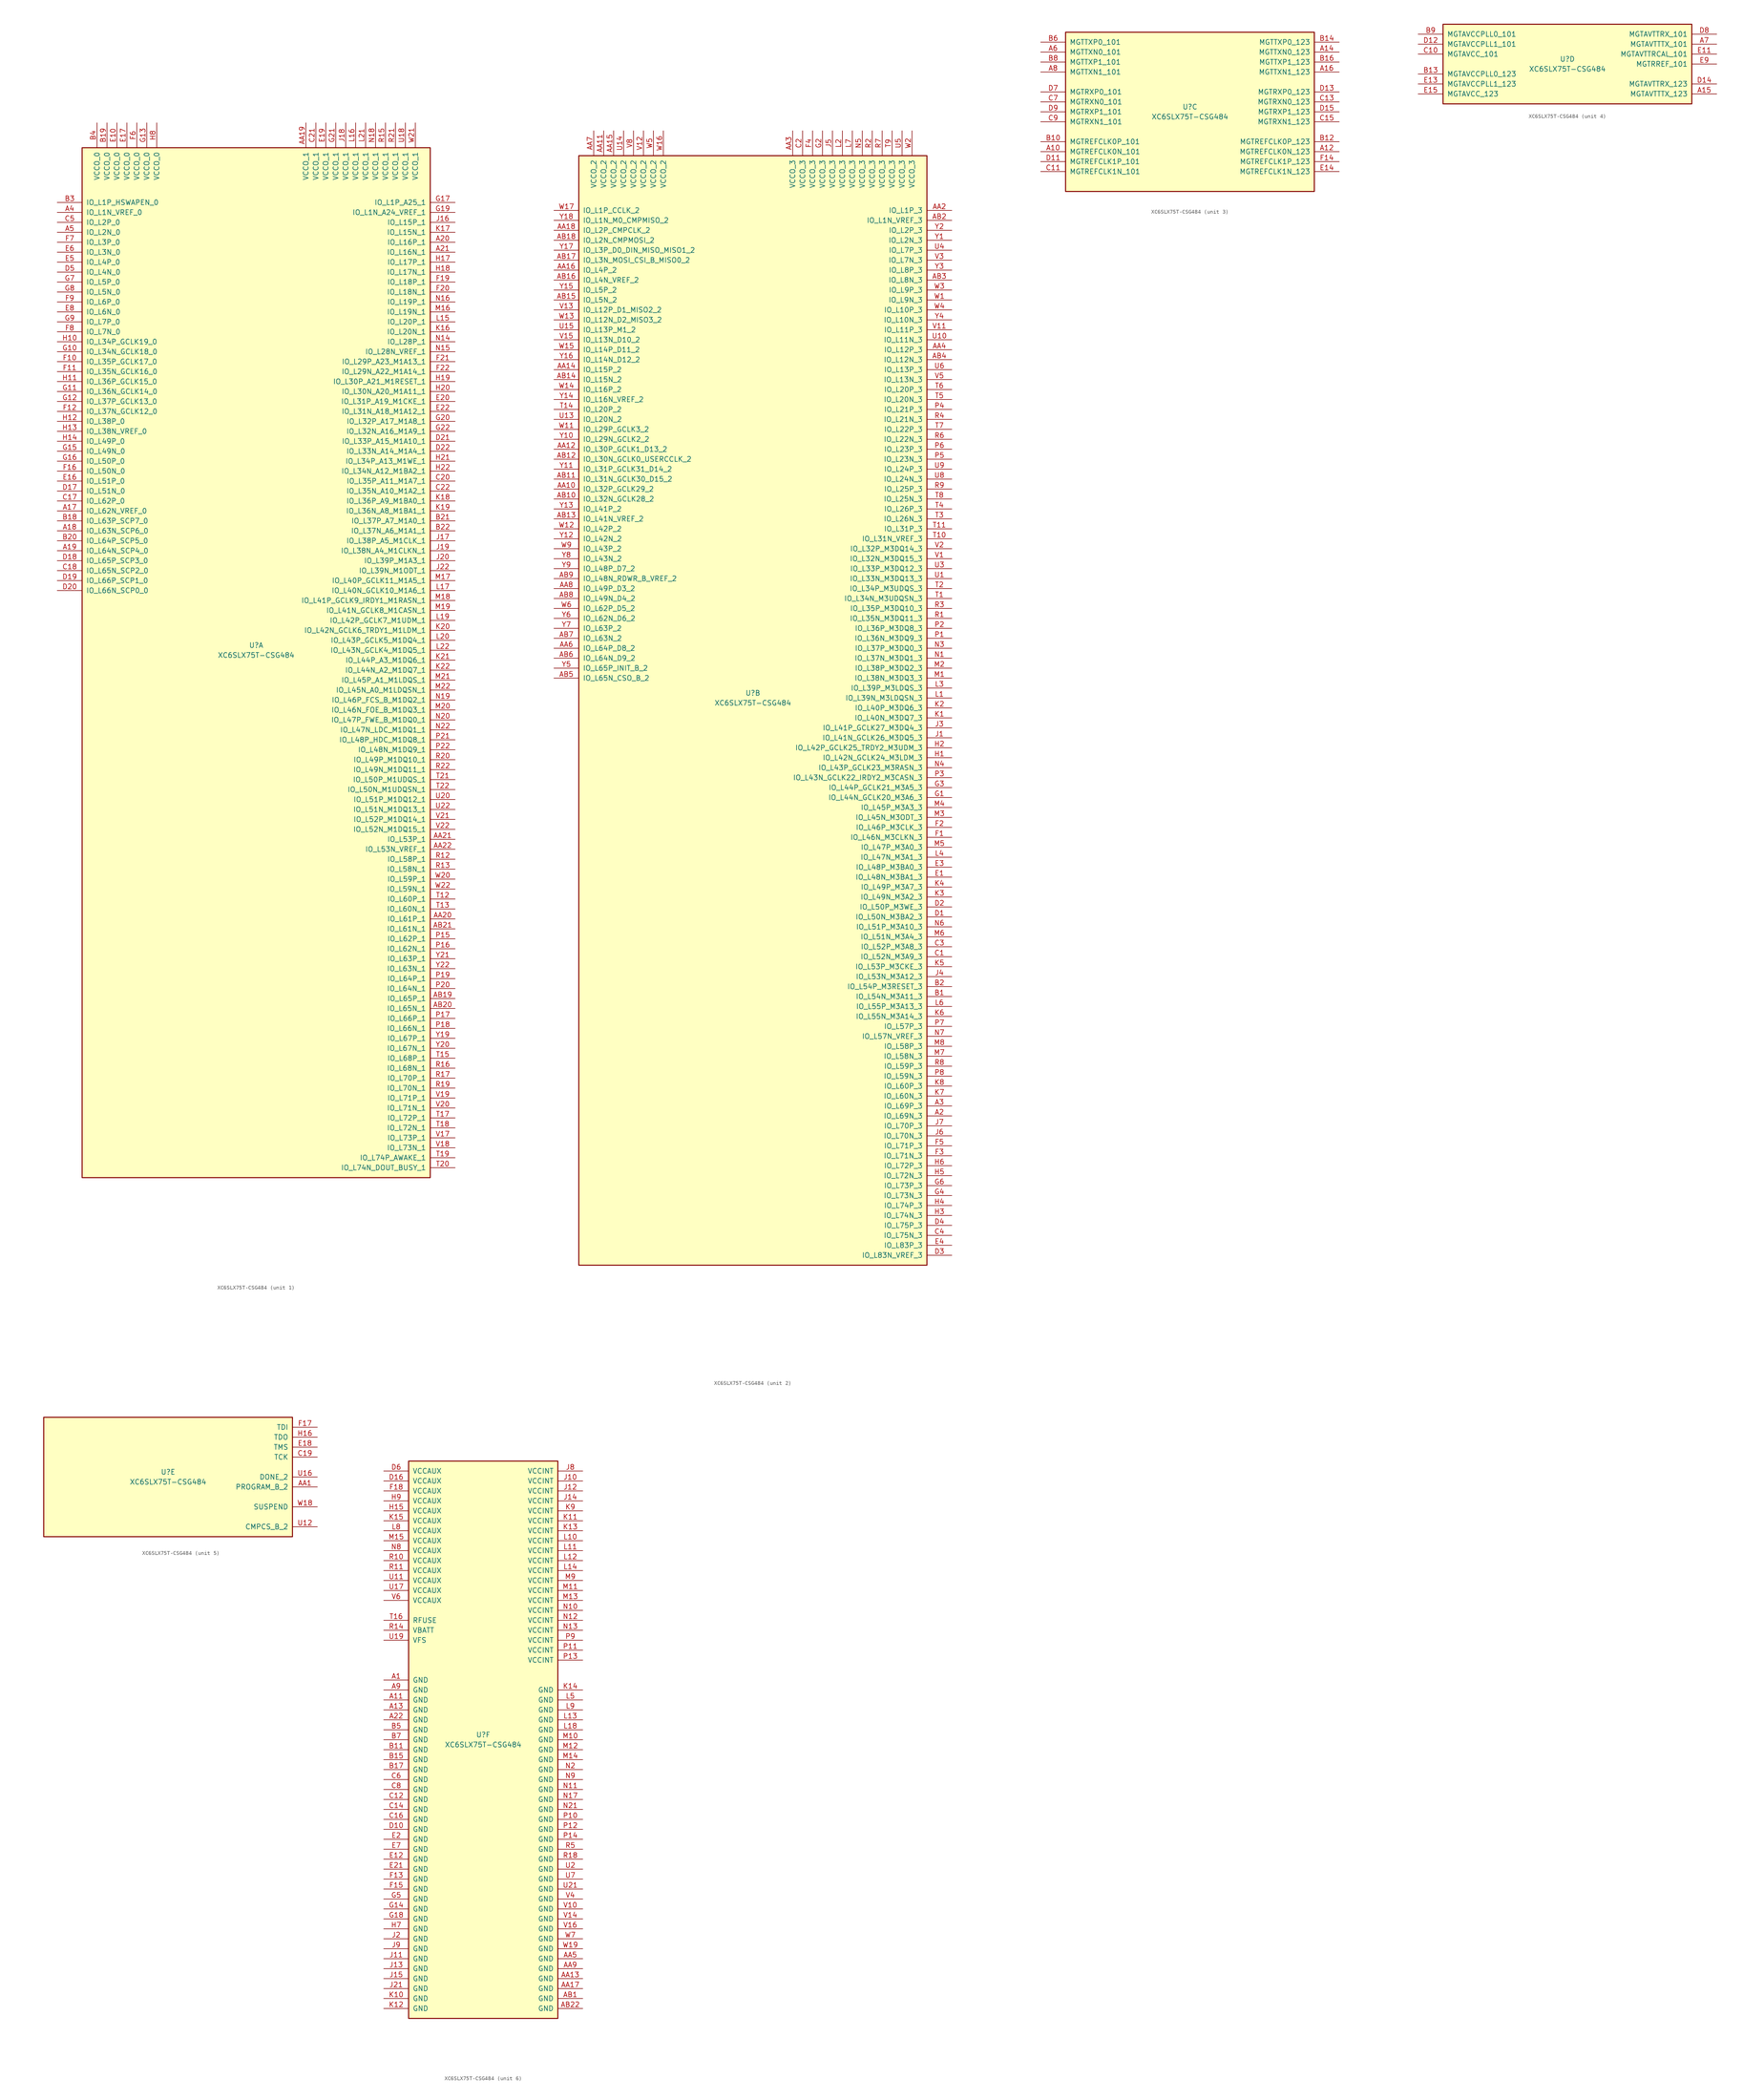
<source format=kicad_sym>
(kicad_symbol_lib
  (version 20201005)
  (generator kicad_symbol_editor)
  (symbol "FPGA_Xilinx_Spartan6:XC6SLX75T-CSG484"
    (pin_names
      (offset 1.016))
    (property "Reference" "U"
      (at 0 1.27 0)
      (effects (font (size 1.27 1.27))))
    (property "Value" "XC6SLX75T-CSG484"
      (at 0 -1.27 0)
      (effects (font (size 1.27 1.27))))
    (property "Datasheet" ""
      (at 0 0 0)
      (effects (font (size 1.27 1.27))))
    (property "ki_locked" ""
      (at 0 0 0)
      (effects (font (size 1.27 1.27))))
    (symbol "XC6SLX75T-CSG484_1_1"
      (rectangle (start -44.45 128.27) (end 44.45 -134.62) (stroke (width 0.254)) (fill (type background)))
      (pin power_in line (at -40.64 134.62 270) (length 6.35) (name "VCCO_0" (effects (font (size 1.27 1.27)))) (number "B4" (effects (font (size 1.27 1.27)))))
      (pin power_in line (at -38.1 134.62 270) (length 6.35) (name "VCCO_0" (effects (font (size 1.27 1.27)))) (number "B19" (effects (font (size 1.27 1.27)))))
      (pin power_in line (at -35.56 134.62 270) (length 6.35) (name "VCCO_0" (effects (font (size 1.27 1.27)))) (number "E10" (effects (font (size 1.27 1.27)))))
      (pin power_in line (at -33.02 134.62 270) (length 6.35) (name "VCCO_0" (effects (font (size 1.27 1.27)))) (number "E17" (effects (font (size 1.27 1.27)))))
      (pin power_in line (at -30.48 134.62 270) (length 6.35) (name "VCCO_0" (effects (font (size 1.27 1.27)))) (number "F6" (effects (font (size 1.27 1.27)))))
      (pin power_in line (at -27.94 134.62 270) (length 6.35) (name "VCCO_0" (effects (font (size 1.27 1.27)))) (number "G13" (effects (font (size 1.27 1.27)))))
      (pin power_in line (at -25.4 134.62 270) (length 6.35) (name "VCCO_0" (effects (font (size 1.27 1.27)))) (number "H8" (effects (font (size 1.27 1.27)))))
      (pin bidirectional line (at -50.8 114.3 0) (length 6.35) (name "IO_L1P_HSWAPEN_0" (effects (font (size 1.27 1.27)))) (number "B3" (effects (font (size 1.27 1.27)))))
      (pin bidirectional line (at -50.8 111.76 0) (length 6.35) (name "IO_L1N_VREF_0" (effects (font (size 1.27 1.27)))) (number "A4" (effects (font (size 1.27 1.27)))))
      (pin bidirectional line (at -50.8 109.22 0) (length 6.35) (name "IO_L2P_0" (effects (font (size 1.27 1.27)))) (number "C5" (effects (font (size 1.27 1.27)))))
      (pin bidirectional line (at -50.8 106.68 0) (length 6.35) (name "IO_L2N_0" (effects (font (size 1.27 1.27)))) (number "A5" (effects (font (size 1.27 1.27)))))
      (pin bidirectional line (at -50.8 104.14 0) (length 6.35) (name "IO_L3P_0" (effects (font (size 1.27 1.27)))) (number "F7" (effects (font (size 1.27 1.27)))))
      (pin bidirectional line (at -50.8 101.6 0) (length 6.35) (name "IO_L3N_0" (effects (font (size 1.27 1.27)))) (number "E6" (effects (font (size 1.27 1.27)))))
      (pin bidirectional line (at -50.8 99.06 0) (length 6.35) (name "IO_L4P_0" (effects (font (size 1.27 1.27)))) (number "E5" (effects (font (size 1.27 1.27)))))
      (pin bidirectional line (at -50.8 96.52 0) (length 6.35) (name "IO_L4N_0" (effects (font (size 1.27 1.27)))) (number "D5" (effects (font (size 1.27 1.27)))))
      (pin bidirectional line (at -50.8 93.98 0) (length 6.35) (name "IO_L5P_0" (effects (font (size 1.27 1.27)))) (number "G7" (effects (font (size 1.27 1.27)))))
      (pin bidirectional line (at -50.8 91.44 0) (length 6.35) (name "IO_L5N_0" (effects (font (size 1.27 1.27)))) (number "G8" (effects (font (size 1.27 1.27)))))
      (pin bidirectional line (at -50.8 88.9 0) (length 6.35) (name "IO_L6P_0" (effects (font (size 1.27 1.27)))) (number "F9" (effects (font (size 1.27 1.27)))))
      (pin bidirectional line (at -50.8 86.36 0) (length 6.35) (name "IO_L6N_0" (effects (font (size 1.27 1.27)))) (number "E8" (effects (font (size 1.27 1.27)))))
      (pin bidirectional line (at -50.8 83.82 0) (length 6.35) (name "IO_L7P_0" (effects (font (size 1.27 1.27)))) (number "G9" (effects (font (size 1.27 1.27)))))
      (pin bidirectional line (at -50.8 81.28 0) (length 6.35) (name "IO_L7N_0" (effects (font (size 1.27 1.27)))) (number "F8" (effects (font (size 1.27 1.27)))))
      (pin bidirectional line (at -50.8 78.74 0) (length 6.35) (name "IO_L34P_GCLK19_0" (effects (font (size 1.27 1.27)))) (number "H10" (effects (font (size 1.27 1.27)))))
      (pin bidirectional line (at -50.8 76.2 0) (length 6.35) (name "IO_L34N_GCLK18_0" (effects (font (size 1.27 1.27)))) (number "G10" (effects (font (size 1.27 1.27)))))
      (pin bidirectional line (at -50.8 73.66 0) (length 6.35) (name "IO_L35P_GCLK17_0" (effects (font (size 1.27 1.27)))) (number "F10" (effects (font (size 1.27 1.27)))))
      (pin bidirectional line (at -50.8 71.12 0) (length 6.35) (name "IO_L35N_GCLK16_0" (effects (font (size 1.27 1.27)))) (number "F11" (effects (font (size 1.27 1.27)))))
      (pin bidirectional line (at -50.8 68.58 0) (length 6.35) (name "IO_L36P_GCLK15_0" (effects (font (size 1.27 1.27)))) (number "H11" (effects (font (size 1.27 1.27)))))
      (pin bidirectional line (at -50.8 66.04 0) (length 6.35) (name "IO_L36N_GCLK14_0" (effects (font (size 1.27 1.27)))) (number "G11" (effects (font (size 1.27 1.27)))))
      (pin bidirectional line (at -50.8 63.5 0) (length 6.35) (name "IO_L37P_GCLK13_0" (effects (font (size 1.27 1.27)))) (number "G12" (effects (font (size 1.27 1.27)))))
      (pin bidirectional line (at -50.8 60.96 0) (length 6.35) (name "IO_L37N_GCLK12_0" (effects (font (size 1.27 1.27)))) (number "F12" (effects (font (size 1.27 1.27)))))
      (pin bidirectional line (at -50.8 58.42 0) (length 6.35) (name "IO_L38P_0" (effects (font (size 1.27 1.27)))) (number "H12" (effects (font (size 1.27 1.27)))))
      (pin bidirectional line (at -50.8 55.88 0) (length 6.35) (name "IO_L38N_VREF_0" (effects (font (size 1.27 1.27)))) (number "H13" (effects (font (size 1.27 1.27)))))
      (pin bidirectional line (at -50.8 53.34 0) (length 6.35) (name "IO_L49P_0" (effects (font (size 1.27 1.27)))) (number "H14" (effects (font (size 1.27 1.27)))))
      (pin bidirectional line (at -50.8 50.8 0) (length 6.35) (name "IO_L49N_0" (effects (font (size 1.27 1.27)))) (number "G15" (effects (font (size 1.27 1.27)))))
      (pin bidirectional line (at -50.8 48.26 0) (length 6.35) (name "IO_L50P_0" (effects (font (size 1.27 1.27)))) (number "G16" (effects (font (size 1.27 1.27)))))
      (pin bidirectional line (at -50.8 45.72 0) (length 6.35) (name "IO_L50N_0" (effects (font (size 1.27 1.27)))) (number "F16" (effects (font (size 1.27 1.27)))))
      (pin bidirectional line (at -50.8 43.18 0) (length 6.35) (name "IO_L51P_0" (effects (font (size 1.27 1.27)))) (number "E16" (effects (font (size 1.27 1.27)))))
      (pin bidirectional line (at -50.8 40.64 0) (length 6.35) (name "IO_L51N_0" (effects (font (size 1.27 1.27)))) (number "D17" (effects (font (size 1.27 1.27)))))
      (pin bidirectional line (at -50.8 38.1 0) (length 6.35) (name "IO_L62P_0" (effects (font (size 1.27 1.27)))) (number "C17" (effects (font (size 1.27 1.27)))))
      (pin bidirectional line (at -50.8 35.56 0) (length 6.35) (name "IO_L62N_VREF_0" (effects (font (size 1.27 1.27)))) (number "A17" (effects (font (size 1.27 1.27)))))
      (pin bidirectional line (at -50.8 33.02 0) (length 6.35) (name "IO_L63P_SCP7_0" (effects (font (size 1.27 1.27)))) (number "B18" (effects (font (size 1.27 1.27)))))
      (pin bidirectional line (at -50.8 30.48 0) (length 6.35) (name "IO_L63N_SCP6_0" (effects (font (size 1.27 1.27)))) (number "A18" (effects (font (size 1.27 1.27)))))
      (pin bidirectional line (at -50.8 27.94 0) (length 6.35) (name "IO_L64P_SCP5_0" (effects (font (size 1.27 1.27)))) (number "B20" (effects (font (size 1.27 1.27)))))
      (pin bidirectional line (at -50.8 25.4 0) (length 6.35) (name "IO_L64N_SCP4_0" (effects (font (size 1.27 1.27)))) (number "A19" (effects (font (size 1.27 1.27)))))
      (pin bidirectional line (at -50.8 22.86 0) (length 6.35) (name "IO_L65P_SCP3_0" (effects (font (size 1.27 1.27)))) (number "D18" (effects (font (size 1.27 1.27)))))
      (pin bidirectional line (at -50.8 20.32 0) (length 6.35) (name "IO_L65N_SCP2_0" (effects (font (size 1.27 1.27)))) (number "C18" (effects (font (size 1.27 1.27)))))
      (pin bidirectional line (at -50.8 17.78 0) (length 6.35) (name "IO_L66P_SCP1_0" (effects (font (size 1.27 1.27)))) (number "D19" (effects (font (size 1.27 1.27)))))
      (pin bidirectional line (at -50.8 15.24 0) (length 6.35) (name "IO_L66N_SCP0_0" (effects (font (size 1.27 1.27)))) (number "D20" (effects (font (size 1.27 1.27)))))
      (pin power_in line (at 12.7 134.62 270) (length 6.35) (name "VCCO_1" (effects (font (size 1.27 1.27)))) (number "AA19" (effects (font (size 1.27 1.27)))))
      (pin power_in line (at 15.24 134.62 270) (length 6.35) (name "VCCO_1" (effects (font (size 1.27 1.27)))) (number "C21" (effects (font (size 1.27 1.27)))))
      (pin power_in line (at 17.78 134.62 270) (length 6.35) (name "VCCO_1" (effects (font (size 1.27 1.27)))) (number "E19" (effects (font (size 1.27 1.27)))))
      (pin power_in line (at 20.32 134.62 270) (length 6.35) (name "VCCO_1" (effects (font (size 1.27 1.27)))) (number "G21" (effects (font (size 1.27 1.27)))))
      (pin power_in line (at 22.86 134.62 270) (length 6.35) (name "VCCO_1" (effects (font (size 1.27 1.27)))) (number "J18" (effects (font (size 1.27 1.27)))))
      (pin power_in line (at 25.4 134.62 270) (length 6.35) (name "VCCO_1" (effects (font (size 1.27 1.27)))) (number "L16" (effects (font (size 1.27 1.27)))))
      (pin power_in line (at 27.94 134.62 270) (length 6.35) (name "VCCO_1" (effects (font (size 1.27 1.27)))) (number "L21" (effects (font (size 1.27 1.27)))))
      (pin power_in line (at 30.48 134.62 270) (length 6.35) (name "VCCO_1" (effects (font (size 1.27 1.27)))) (number "N18" (effects (font (size 1.27 1.27)))))
      (pin power_in line (at 33.02 134.62 270) (length 6.35) (name "VCCO_1" (effects (font (size 1.27 1.27)))) (number "R15" (effects (font (size 1.27 1.27)))))
      (pin power_in line (at 35.56 134.62 270) (length 6.35) (name "VCCO_1" (effects (font (size 1.27 1.27)))) (number "R21" (effects (font (size 1.27 1.27)))))
      (pin power_in line (at 38.1 134.62 270) (length 6.35) (name "VCCO_1" (effects (font (size 1.27 1.27)))) (number "U18" (effects (font (size 1.27 1.27)))))
      (pin power_in line (at 40.64 134.62 270) (length 6.35) (name "VCCO_1" (effects (font (size 1.27 1.27)))) (number "W21" (effects (font (size 1.27 1.27)))))
      (pin bidirectional line (at 50.8 114.3 180) (length 6.35) (name "IO_L1P_A25_1" (effects (font (size 1.27 1.27)))) (number "G17" (effects (font (size 1.27 1.27)))))
      (pin bidirectional line (at 50.8 111.76 180) (length 6.35) (name "IO_L1N_A24_VREF_1" (effects (font (size 1.27 1.27)))) (number "G19" (effects (font (size 1.27 1.27)))))
      (pin bidirectional line (at 50.8 109.22 180) (length 6.35) (name "IO_L15P_1" (effects (font (size 1.27 1.27)))) (number "J16" (effects (font (size 1.27 1.27)))))
      (pin bidirectional line (at 50.8 106.68 180) (length 6.35) (name "IO_L15N_1" (effects (font (size 1.27 1.27)))) (number "K17" (effects (font (size 1.27 1.27)))))
      (pin bidirectional line (at 50.8 104.14 180) (length 6.35) (name "IO_L16P_1" (effects (font (size 1.27 1.27)))) (number "A20" (effects (font (size 1.27 1.27)))))
      (pin bidirectional line (at 50.8 101.6 180) (length 6.35) (name "IO_L16N_1" (effects (font (size 1.27 1.27)))) (number "A21" (effects (font (size 1.27 1.27)))))
      (pin bidirectional line (at 50.8 99.06 180) (length 6.35) (name "IO_L17P_1" (effects (font (size 1.27 1.27)))) (number "H17" (effects (font (size 1.27 1.27)))))
      (pin bidirectional line (at 50.8 96.52 180) (length 6.35) (name "IO_L17N_1" (effects (font (size 1.27 1.27)))) (number "H18" (effects (font (size 1.27 1.27)))))
      (pin bidirectional line (at 50.8 93.98 180) (length 6.35) (name "IO_L18P_1" (effects (font (size 1.27 1.27)))) (number "F19" (effects (font (size 1.27 1.27)))))
      (pin bidirectional line (at 50.8 91.44 180) (length 6.35) (name "IO_L18N_1" (effects (font (size 1.27 1.27)))) (number "F20" (effects (font (size 1.27 1.27)))))
      (pin bidirectional line (at 50.8 88.9 180) (length 6.35) (name "IO_L19P_1" (effects (font (size 1.27 1.27)))) (number "N16" (effects (font (size 1.27 1.27)))))
      (pin bidirectional line (at 50.8 86.36 180) (length 6.35) (name "IO_L19N_1" (effects (font (size 1.27 1.27)))) (number "M16" (effects (font (size 1.27 1.27)))))
      (pin bidirectional line (at 50.8 83.82 180) (length 6.35) (name "IO_L20P_1" (effects (font (size 1.27 1.27)))) (number "L15" (effects (font (size 1.27 1.27)))))
      (pin bidirectional line (at 50.8 81.28 180) (length 6.35) (name "IO_L20N_1" (effects (font (size 1.27 1.27)))) (number "K16" (effects (font (size 1.27 1.27)))))
      (pin bidirectional line (at 50.8 78.74 180) (length 6.35) (name "IO_L28P_1" (effects (font (size 1.27 1.27)))) (number "N14" (effects (font (size 1.27 1.27)))))
      (pin bidirectional line (at 50.8 76.2 180) (length 6.35) (name "IO_L28N_VREF_1" (effects (font (size 1.27 1.27)))) (number "N15" (effects (font (size 1.27 1.27)))))
      (pin bidirectional line (at 50.8 73.66 180) (length 6.35) (name "IO_L29P_A23_M1A13_1" (effects (font (size 1.27 1.27)))) (number "F21" (effects (font (size 1.27 1.27)))))
      (pin bidirectional line (at 50.8 71.12 180) (length 6.35) (name "IO_L29N_A22_M1A14_1" (effects (font (size 1.27 1.27)))) (number "F22" (effects (font (size 1.27 1.27)))))
      (pin bidirectional line (at 50.8 68.58 180) (length 6.35) (name "IO_L30P_A21_M1RESET_1" (effects (font (size 1.27 1.27)))) (number "H19" (effects (font (size 1.27 1.27)))))
      (pin bidirectional line (at 50.8 66.04 180) (length 6.35) (name "IO_L30N_A20_M1A11_1" (effects (font (size 1.27 1.27)))) (number "H20" (effects (font (size 1.27 1.27)))))
      (pin bidirectional line (at 50.8 63.5 180) (length 6.35) (name "IO_L31P_A19_M1CKE_1" (effects (font (size 1.27 1.27)))) (number "E20" (effects (font (size 1.27 1.27)))))
      (pin bidirectional line (at 50.8 60.96 180) (length 6.35) (name "IO_L31N_A18_M1A12_1" (effects (font (size 1.27 1.27)))) (number "E22" (effects (font (size 1.27 1.27)))))
      (pin bidirectional line (at 50.8 58.42 180) (length 6.35) (name "IO_L32P_A17_M1A8_1" (effects (font (size 1.27 1.27)))) (number "G20" (effects (font (size 1.27 1.27)))))
      (pin bidirectional line (at 50.8 55.88 180) (length 6.35) (name "IO_L32N_A16_M1A9_1" (effects (font (size 1.27 1.27)))) (number "G22" (effects (font (size 1.27 1.27)))))
      (pin bidirectional line (at 50.8 53.34 180) (length 6.35) (name "IO_L33P_A15_M1A10_1" (effects (font (size 1.27 1.27)))) (number "D21" (effects (font (size 1.27 1.27)))))
      (pin bidirectional line (at 50.8 50.8 180) (length 6.35) (name "IO_L33N_A14_M1A4_1" (effects (font (size 1.27 1.27)))) (number "D22" (effects (font (size 1.27 1.27)))))
      (pin bidirectional line (at 50.8 48.26 180) (length 6.35) (name "IO_L34P_A13_M1WE_1" (effects (font (size 1.27 1.27)))) (number "H21" (effects (font (size 1.27 1.27)))))
      (pin bidirectional line (at 50.8 45.72 180) (length 6.35) (name "IO_L34N_A12_M1BA2_1" (effects (font (size 1.27 1.27)))) (number "H22" (effects (font (size 1.27 1.27)))))
      (pin bidirectional line (at 50.8 43.18 180) (length 6.35) (name "IO_L35P_A11_M1A7_1" (effects (font (size 1.27 1.27)))) (number "C20" (effects (font (size 1.27 1.27)))))
      (pin bidirectional line (at 50.8 40.64 180) (length 6.35) (name "IO_L35N_A10_M1A2_1" (effects (font (size 1.27 1.27)))) (number "C22" (effects (font (size 1.27 1.27)))))
      (pin bidirectional line (at 50.8 38.1 180) (length 6.35) (name "IO_L36P_A9_M1BA0_1" (effects (font (size 1.27 1.27)))) (number "K18" (effects (font (size 1.27 1.27)))))
      (pin bidirectional line (at 50.8 35.56 180) (length 6.35) (name "IO_L36N_A8_M1BA1_1" (effects (font (size 1.27 1.27)))) (number "K19" (effects (font (size 1.27 1.27)))))
      (pin bidirectional line (at 50.8 33.02 180) (length 6.35) (name "IO_L37P_A7_M1A0_1" (effects (font (size 1.27 1.27)))) (number "B21" (effects (font (size 1.27 1.27)))))
      (pin bidirectional line (at 50.8 30.48 180) (length 6.35) (name "IO_L37N_A6_M1A1_1" (effects (font (size 1.27 1.27)))) (number "B22" (effects (font (size 1.27 1.27)))))
      (pin bidirectional line (at 50.8 27.94 180) (length 6.35) (name "IO_L38P_A5_M1CLK_1" (effects (font (size 1.27 1.27)))) (number "J17" (effects (font (size 1.27 1.27)))))
      (pin bidirectional line (at 50.8 25.4 180) (length 6.35) (name "IO_L38N_A4_M1CLKN_1" (effects (font (size 1.27 1.27)))) (number "J19" (effects (font (size 1.27 1.27)))))
      (pin bidirectional line (at 50.8 22.86 180) (length 6.35) (name "IO_L39P_M1A3_1" (effects (font (size 1.27 1.27)))) (number "J20" (effects (font (size 1.27 1.27)))))
      (pin bidirectional line (at 50.8 20.32 180) (length 6.35) (name "IO_L39N_M1ODT_1" (effects (font (size 1.27 1.27)))) (number "J22" (effects (font (size 1.27 1.27)))))
      (pin bidirectional line (at 50.8 17.78 180) (length 6.35) (name "IO_L40P_GCLK11_M1A5_1" (effects (font (size 1.27 1.27)))) (number "M17" (effects (font (size 1.27 1.27)))))
      (pin bidirectional line (at 50.8 15.24 180) (length 6.35) (name "IO_L40N_GCLK10_M1A6_1" (effects (font (size 1.27 1.27)))) (number "L17" (effects (font (size 1.27 1.27)))))
      (pin bidirectional line (at 50.8 12.7 180) (length 6.35) (name "IO_L41P_GCLK9_IRDY1_M1RASN_1" (effects (font (size 1.27 1.27)))) (number "M18" (effects (font (size 1.27 1.27)))))
      (pin bidirectional line (at 50.8 10.16 180) (length 6.35) (name "IO_L41N_GCLK8_M1CASN_1" (effects (font (size 1.27 1.27)))) (number "M19" (effects (font (size 1.27 1.27)))))
      (pin bidirectional line (at 50.8 7.62 180) (length 6.35) (name "IO_L42P_GCLK7_M1UDM_1" (effects (font (size 1.27 1.27)))) (number "L19" (effects (font (size 1.27 1.27)))))
      (pin bidirectional line (at 50.8 5.08 180) (length 6.35) (name "IO_L42N_GCLK6_TRDY1_M1LDM_1" (effects (font (size 1.27 1.27)))) (number "K20" (effects (font (size 1.27 1.27)))))
      (pin bidirectional line (at 50.8 2.54 180) (length 6.35) (name "IO_L43P_GCLK5_M1DQ4_1" (effects (font (size 1.27 1.27)))) (number "L20" (effects (font (size 1.27 1.27)))))
      (pin bidirectional line (at 50.8 0 180) (length 6.35) (name "IO_L43N_GCLK4_M1DQ5_1" (effects (font (size 1.27 1.27)))) (number "L22" (effects (font (size 1.27 1.27)))))
      (pin bidirectional line (at 50.8 -2.54 180) (length 6.35) (name "IO_L44P_A3_M1DQ6_1" (effects (font (size 1.27 1.27)))) (number "K21" (effects (font (size 1.27 1.27)))))
      (pin bidirectional line (at 50.8 -5.08 180) (length 6.35) (name "IO_L44N_A2_M1DQ7_1" (effects (font (size 1.27 1.27)))) (number "K22" (effects (font (size 1.27 1.27)))))
      (pin bidirectional line (at 50.8 -7.62 180) (length 6.35) (name "IO_L45P_A1_M1LDQS_1" (effects (font (size 1.27 1.27)))) (number "M21" (effects (font (size 1.27 1.27)))))
      (pin bidirectional line (at 50.8 -10.16 180) (length 6.35) (name "IO_L45N_A0_M1LDQSN_1" (effects (font (size 1.27 1.27)))) (number "M22" (effects (font (size 1.27 1.27)))))
      (pin bidirectional line (at 50.8 -12.7 180) (length 6.35) (name "IO_L46P_FCS_B_M1DQ2_1" (effects (font (size 1.27 1.27)))) (number "N19" (effects (font (size 1.27 1.27)))))
      (pin bidirectional line (at 50.8 -15.24 180) (length 6.35) (name "IO_L46N_FOE_B_M1DQ3_1" (effects (font (size 1.27 1.27)))) (number "M20" (effects (font (size 1.27 1.27)))))
      (pin bidirectional line (at 50.8 -17.78 180) (length 6.35) (name "IO_L47P_FWE_B_M1DQ0_1" (effects (font (size 1.27 1.27)))) (number "N20" (effects (font (size 1.27 1.27)))))
      (pin bidirectional line (at 50.8 -20.32 180) (length 6.35) (name "IO_L47N_LDC_M1DQ1_1" (effects (font (size 1.27 1.27)))) (number "N22" (effects (font (size 1.27 1.27)))))
      (pin bidirectional line (at 50.8 -22.86 180) (length 6.35) (name "IO_L48P_HDC_M1DQ8_1" (effects (font (size 1.27 1.27)))) (number "P21" (effects (font (size 1.27 1.27)))))
      (pin bidirectional line (at 50.8 -25.4 180) (length 6.35) (name "IO_L48N_M1DQ9_1" (effects (font (size 1.27 1.27)))) (number "P22" (effects (font (size 1.27 1.27)))))
      (pin bidirectional line (at 50.8 -27.94 180) (length 6.35) (name "IO_L49P_M1DQ10_1" (effects (font (size 1.27 1.27)))) (number "R20" (effects (font (size 1.27 1.27)))))
      (pin bidirectional line (at 50.8 -30.48 180) (length 6.35) (name "IO_L49N_M1DQ11_1" (effects (font (size 1.27 1.27)))) (number "R22" (effects (font (size 1.27 1.27)))))
      (pin bidirectional line (at 50.8 -33.02 180) (length 6.35) (name "IO_L50P_M1UDQS_1" (effects (font (size 1.27 1.27)))) (number "T21" (effects (font (size 1.27 1.27)))))
      (pin bidirectional line (at 50.8 -35.56 180) (length 6.35) (name "IO_L50N_M1UDQSN_1" (effects (font (size 1.27 1.27)))) (number "T22" (effects (font (size 1.27 1.27)))))
      (pin bidirectional line (at 50.8 -38.1 180) (length 6.35) (name "IO_L51P_M1DQ12_1" (effects (font (size 1.27 1.27)))) (number "U20" (effects (font (size 1.27 1.27)))))
      (pin bidirectional line (at 50.8 -40.64 180) (length 6.35) (name "IO_L51N_M1DQ13_1" (effects (font (size 1.27 1.27)))) (number "U22" (effects (font (size 1.27 1.27)))))
      (pin bidirectional line (at 50.8 -43.18 180) (length 6.35) (name "IO_L52P_M1DQ14_1" (effects (font (size 1.27 1.27)))) (number "V21" (effects (font (size 1.27 1.27)))))
      (pin bidirectional line (at 50.8 -45.72 180) (length 6.35) (name "IO_L52N_M1DQ15_1" (effects (font (size 1.27 1.27)))) (number "V22" (effects (font (size 1.27 1.27)))))
      (pin bidirectional line (at 50.8 -48.26 180) (length 6.35) (name "IO_L53P_1" (effects (font (size 1.27 1.27)))) (number "AA21" (effects (font (size 1.27 1.27)))))
      (pin bidirectional line (at 50.8 -50.8 180) (length 6.35) (name "IO_L53N_VREF_1" (effects (font (size 1.27 1.27)))) (number "AA22" (effects (font (size 1.27 1.27)))))
      (pin bidirectional line (at 50.8 -53.34 180) (length 6.35) (name "IO_L58P_1" (effects (font (size 1.27 1.27)))) (number "R12" (effects (font (size 1.27 1.27)))))
      (pin bidirectional line (at 50.8 -55.88 180) (length 6.35) (name "IO_L58N_1" (effects (font (size 1.27 1.27)))) (number "R13" (effects (font (size 1.27 1.27)))))
      (pin bidirectional line (at 50.8 -58.42 180) (length 6.35) (name "IO_L59P_1" (effects (font (size 1.27 1.27)))) (number "W20" (effects (font (size 1.27 1.27)))))
      (pin bidirectional line (at 50.8 -60.96 180) (length 6.35) (name "IO_L59N_1" (effects (font (size 1.27 1.27)))) (number "W22" (effects (font (size 1.27 1.27)))))
      (pin bidirectional line (at 50.8 -63.5 180) (length 6.35) (name "IO_L60P_1" (effects (font (size 1.27 1.27)))) (number "T12" (effects (font (size 1.27 1.27)))))
      (pin bidirectional line (at 50.8 -66.04 180) (length 6.35) (name "IO_L60N_1" (effects (font (size 1.27 1.27)))) (number "T13" (effects (font (size 1.27 1.27)))))
      (pin bidirectional line (at 50.8 -68.58 180) (length 6.35) (name "IO_L61P_1" (effects (font (size 1.27 1.27)))) (number "AA20" (effects (font (size 1.27 1.27)))))
      (pin bidirectional line (at 50.8 -71.12 180) (length 6.35) (name "IO_L61N_1" (effects (font (size 1.27 1.27)))) (number "AB21" (effects (font (size 1.27 1.27)))))
      (pin bidirectional line (at 50.8 -73.66 180) (length 6.35) (name "IO_L62P_1" (effects (font (size 1.27 1.27)))) (number "P15" (effects (font (size 1.27 1.27)))))
      (pin bidirectional line (at 50.8 -76.2 180) (length 6.35) (name "IO_L62N_1" (effects (font (size 1.27 1.27)))) (number "P16" (effects (font (size 1.27 1.27)))))
      (pin bidirectional line (at 50.8 -78.74 180) (length 6.35) (name "IO_L63P_1" (effects (font (size 1.27 1.27)))) (number "Y21" (effects (font (size 1.27 1.27)))))
      (pin bidirectional line (at 50.8 -81.28 180) (length 6.35) (name "IO_L63N_1" (effects (font (size 1.27 1.27)))) (number "Y22" (effects (font (size 1.27 1.27)))))
      (pin bidirectional line (at 50.8 -83.82 180) (length 6.35) (name "IO_L64P_1" (effects (font (size 1.27 1.27)))) (number "P19" (effects (font (size 1.27 1.27)))))
      (pin bidirectional line (at 50.8 -86.36 180) (length 6.35) (name "IO_L64N_1" (effects (font (size 1.27 1.27)))) (number "P20" (effects (font (size 1.27 1.27)))))
      (pin bidirectional line (at 50.8 -88.9 180) (length 6.35) (name "IO_L65P_1" (effects (font (size 1.27 1.27)))) (number "AB19" (effects (font (size 1.27 1.27)))))
      (pin bidirectional line (at 50.8 -91.44 180) (length 6.35) (name "IO_L65N_1" (effects (font (size 1.27 1.27)))) (number "AB20" (effects (font (size 1.27 1.27)))))
      (pin bidirectional line (at 50.8 -93.98 180) (length 6.35) (name "IO_L66P_1" (effects (font (size 1.27 1.27)))) (number "P17" (effects (font (size 1.27 1.27)))))
      (pin bidirectional line (at 50.8 -96.52 180) (length 6.35) (name "IO_L66N_1" (effects (font (size 1.27 1.27)))) (number "P18" (effects (font (size 1.27 1.27)))))
      (pin bidirectional line (at 50.8 -99.06 180) (length 6.35) (name "IO_L67P_1" (effects (font (size 1.27 1.27)))) (number "Y19" (effects (font (size 1.27 1.27)))))
      (pin bidirectional line (at 50.8 -101.6 180) (length 6.35) (name "IO_L67N_1" (effects (font (size 1.27 1.27)))) (number "Y20" (effects (font (size 1.27 1.27)))))
      (pin bidirectional line (at 50.8 -104.14 180) (length 6.35) (name "IO_L68P_1" (effects (font (size 1.27 1.27)))) (number "T15" (effects (font (size 1.27 1.27)))))
      (pin bidirectional line (at 50.8 -106.68 180) (length 6.35) (name "IO_L68N_1" (effects (font (size 1.27 1.27)))) (number "R16" (effects (font (size 1.27 1.27)))))
      (pin bidirectional line (at 50.8 -109.22 180) (length 6.35) (name "IO_L70P_1" (effects (font (size 1.27 1.27)))) (number "R17" (effects (font (size 1.27 1.27)))))
      (pin bidirectional line (at 50.8 -111.76 180) (length 6.35) (name "IO_L70N_1" (effects (font (size 1.27 1.27)))) (number "R19" (effects (font (size 1.27 1.27)))))
      (pin bidirectional line (at 50.8 -114.3 180) (length 6.35) (name "IO_L71P_1" (effects (font (size 1.27 1.27)))) (number "V19" (effects (font (size 1.27 1.27)))))
      (pin bidirectional line (at 50.8 -116.84 180) (length 6.35) (name "IO_L71N_1" (effects (font (size 1.27 1.27)))) (number "V20" (effects (font (size 1.27 1.27)))))
      (pin bidirectional line (at 50.8 -119.38 180) (length 6.35) (name "IO_L72P_1" (effects (font (size 1.27 1.27)))) (number "T17" (effects (font (size 1.27 1.27)))))
      (pin bidirectional line (at 50.8 -121.92 180) (length 6.35) (name "IO_L72N_1" (effects (font (size 1.27 1.27)))) (number "T18" (effects (font (size 1.27 1.27)))))
      (pin bidirectional line (at 50.8 -124.46 180) (length 6.35) (name "IO_L73P_1" (effects (font (size 1.27 1.27)))) (number "V17" (effects (font (size 1.27 1.27)))))
      (pin bidirectional line (at 50.8 -127 180) (length 6.35) (name "IO_L73N_1" (effects (font (size 1.27 1.27)))) (number "V18" (effects (font (size 1.27 1.27)))))
      (pin bidirectional line (at 50.8 -129.54 180) (length 6.35) (name "IO_L74P_AWAKE_1" (effects (font (size 1.27 1.27)))) (number "T19" (effects (font (size 1.27 1.27)))))
      (pin bidirectional line (at 50.8 -132.08 180) (length 6.35) (name "IO_L74N_DOUT_BUSY_1" (effects (font (size 1.27 1.27)))) (number "T20" (effects (font (size 1.27 1.27))))))
    (symbol "XC6SLX75T-CSG484_2_1"
      (rectangle (start -44.45 138.43) (end 44.45 -144.78) (stroke (width 0.254)) (fill (type background)))
      (pin power_in line (at -40.64 144.78 270) (length 6.35) (name "VCCO_2" (effects (font (size 1.27 1.27)))) (number "AA7" (effects (font (size 1.27 1.27)))))
      (pin power_in line (at -38.1 144.78 270) (length 6.35) (name "VCCO_2" (effects (font (size 1.27 1.27)))) (number "AA11" (effects (font (size 1.27 1.27)))))
      (pin power_in line (at -35.56 144.78 270) (length 6.35) (name "VCCO_2" (effects (font (size 1.27 1.27)))) (number "AA15" (effects (font (size 1.27 1.27)))))
      (pin power_in line (at -33.02 144.78 270) (length 6.35) (name "VCCO_2" (effects (font (size 1.27 1.27)))) (number "U14" (effects (font (size 1.27 1.27)))))
      (pin power_in line (at -30.48 144.78 270) (length 6.35) (name "VCCO_2" (effects (font (size 1.27 1.27)))) (number "V8" (effects (font (size 1.27 1.27)))))
      (pin power_in line (at -27.94 144.78 270) (length 6.35) (name "VCCO_2" (effects (font (size 1.27 1.27)))) (number "V12" (effects (font (size 1.27 1.27)))))
      (pin power_in line (at -25.4 144.78 270) (length 6.35) (name "VCCO_2" (effects (font (size 1.27 1.27)))) (number "W5" (effects (font (size 1.27 1.27)))))
      (pin power_in line (at -22.86 144.78 270) (length 6.35) (name "VCCO_2" (effects (font (size 1.27 1.27)))) (number "W16" (effects (font (size 1.27 1.27)))))
      (pin bidirectional line (at -50.8 124.46 0) (length 6.35) (name "IO_L1P_CCLK_2" (effects (font (size 1.27 1.27)))) (number "W17" (effects (font (size 1.27 1.27)))))
      (pin bidirectional line (at -50.8 121.92 0) (length 6.35) (name "IO_L1N_M0_CMPMISO_2" (effects (font (size 1.27 1.27)))) (number "Y18" (effects (font (size 1.27 1.27)))))
      (pin bidirectional line (at -50.8 119.38 0) (length 6.35) (name "IO_L2P_CMPCLK_2" (effects (font (size 1.27 1.27)))) (number "AA18" (effects (font (size 1.27 1.27)))))
      (pin bidirectional line (at -50.8 116.84 0) (length 6.35) (name "IO_L2N_CMPMOSI_2" (effects (font (size 1.27 1.27)))) (number "AB18" (effects (font (size 1.27 1.27)))))
      (pin bidirectional line (at -50.8 114.3 0) (length 6.35) (name "IO_L3P_D0_DIN_MISO_MISO1_2" (effects (font (size 1.27 1.27)))) (number "Y17" (effects (font (size 1.27 1.27)))))
      (pin bidirectional line (at -50.8 111.76 0) (length 6.35) (name "IO_L3N_MOSI_CSI_B_MISO0_2" (effects (font (size 1.27 1.27)))) (number "AB17" (effects (font (size 1.27 1.27)))))
      (pin bidirectional line (at -50.8 109.22 0) (length 6.35) (name "IO_L4P_2" (effects (font (size 1.27 1.27)))) (number "AA16" (effects (font (size 1.27 1.27)))))
      (pin bidirectional line (at -50.8 106.68 0) (length 6.35) (name "IO_L4N_VREF_2" (effects (font (size 1.27 1.27)))) (number "AB16" (effects (font (size 1.27 1.27)))))
      (pin bidirectional line (at -50.8 104.14 0) (length 6.35) (name "IO_L5P_2" (effects (font (size 1.27 1.27)))) (number "Y15" (effects (font (size 1.27 1.27)))))
      (pin bidirectional line (at -50.8 101.6 0) (length 6.35) (name "IO_L5N_2" (effects (font (size 1.27 1.27)))) (number "AB15" (effects (font (size 1.27 1.27)))))
      (pin bidirectional line (at -50.8 99.06 0) (length 6.35) (name "IO_L12P_D1_MISO2_2" (effects (font (size 1.27 1.27)))) (number "V13" (effects (font (size 1.27 1.27)))))
      (pin bidirectional line (at -50.8 96.52 0) (length 6.35) (name "IO_L12N_D2_MISO3_2" (effects (font (size 1.27 1.27)))) (number "W13" (effects (font (size 1.27 1.27)))))
      (pin bidirectional line (at -50.8 93.98 0) (length 6.35) (name "IO_L13P_M1_2" (effects (font (size 1.27 1.27)))) (number "U15" (effects (font (size 1.27 1.27)))))
      (pin bidirectional line (at -50.8 91.44 0) (length 6.35) (name "IO_L13N_D10_2" (effects (font (size 1.27 1.27)))) (number "V15" (effects (font (size 1.27 1.27)))))
      (pin bidirectional line (at -50.8 88.9 0) (length 6.35) (name "IO_L14P_D11_2" (effects (font (size 1.27 1.27)))) (number "W15" (effects (font (size 1.27 1.27)))))
      (pin bidirectional line (at -50.8 86.36 0) (length 6.35) (name "IO_L14N_D12_2" (effects (font (size 1.27 1.27)))) (number "Y16" (effects (font (size 1.27 1.27)))))
      (pin bidirectional line (at -50.8 83.82 0) (length 6.35) (name "IO_L15P_2" (effects (font (size 1.27 1.27)))) (number "AA14" (effects (font (size 1.27 1.27)))))
      (pin bidirectional line (at -50.8 81.28 0) (length 6.35) (name "IO_L15N_2" (effects (font (size 1.27 1.27)))) (number "AB14" (effects (font (size 1.27 1.27)))))
      (pin bidirectional line (at -50.8 78.74 0) (length 6.35) (name "IO_L16P_2" (effects (font (size 1.27 1.27)))) (number "W14" (effects (font (size 1.27 1.27)))))
      (pin bidirectional line (at -50.8 76.2 0) (length 6.35) (name "IO_L16N_VREF_2" (effects (font (size 1.27 1.27)))) (number "Y14" (effects (font (size 1.27 1.27)))))
      (pin bidirectional line (at -50.8 73.66 0) (length 6.35) (name "IO_L20P_2" (effects (font (size 1.27 1.27)))) (number "T14" (effects (font (size 1.27 1.27)))))
      (pin bidirectional line (at -50.8 71.12 0) (length 6.35) (name "IO_L20N_2" (effects (font (size 1.27 1.27)))) (number "U13" (effects (font (size 1.27 1.27)))))
      (pin bidirectional line (at -50.8 68.58 0) (length 6.35) (name "IO_L29P_GCLK3_2" (effects (font (size 1.27 1.27)))) (number "W11" (effects (font (size 1.27 1.27)))))
      (pin bidirectional line (at -50.8 66.04 0) (length 6.35) (name "IO_L29N_GCLK2_2" (effects (font (size 1.27 1.27)))) (number "Y10" (effects (font (size 1.27 1.27)))))
      (pin bidirectional line (at -50.8 63.5 0) (length 6.35) (name "IO_L30P_GCLK1_D13_2" (effects (font (size 1.27 1.27)))) (number "AA12" (effects (font (size 1.27 1.27)))))
      (pin bidirectional line (at -50.8 60.96 0) (length 6.35) (name "IO_L30N_GCLK0_USERCCLK_2" (effects (font (size 1.27 1.27)))) (number "AB12" (effects (font (size 1.27 1.27)))))
      (pin bidirectional line (at -50.8 58.42 0) (length 6.35) (name "IO_L31P_GCLK31_D14_2" (effects (font (size 1.27 1.27)))) (number "Y11" (effects (font (size 1.27 1.27)))))
      (pin bidirectional line (at -50.8 55.88 0) (length 6.35) (name "IO_L31N_GCLK30_D15_2" (effects (font (size 1.27 1.27)))) (number "AB11" (effects (font (size 1.27 1.27)))))
      (pin bidirectional line (at -50.8 53.34 0) (length 6.35) (name "IO_L32P_GCLK29_2" (effects (font (size 1.27 1.27)))) (number "AA10" (effects (font (size 1.27 1.27)))))
      (pin bidirectional line (at -50.8 50.8 0) (length 6.35) (name "IO_L32N_GCLK28_2" (effects (font (size 1.27 1.27)))) (number "AB10" (effects (font (size 1.27 1.27)))))
      (pin bidirectional line (at -50.8 48.26 0) (length 6.35) (name "IO_L41P_2" (effects (font (size 1.27 1.27)))) (number "Y13" (effects (font (size 1.27 1.27)))))
      (pin bidirectional line (at -50.8 45.72 0) (length 6.35) (name "IO_L41N_VREF_2" (effects (font (size 1.27 1.27)))) (number "AB13" (effects (font (size 1.27 1.27)))))
      (pin bidirectional line (at -50.8 43.18 0) (length 6.35) (name "IO_L42P_2" (effects (font (size 1.27 1.27)))) (number "W12" (effects (font (size 1.27 1.27)))))
      (pin bidirectional line (at -50.8 40.64 0) (length 6.35) (name "IO_L42N_2" (effects (font (size 1.27 1.27)))) (number "Y12" (effects (font (size 1.27 1.27)))))
      (pin bidirectional line (at -50.8 38.1 0) (length 6.35) (name "IO_L43P_2" (effects (font (size 1.27 1.27)))) (number "W9" (effects (font (size 1.27 1.27)))))
      (pin bidirectional line (at -50.8 35.56 0) (length 6.35) (name "IO_L43N_2" (effects (font (size 1.27 1.27)))) (number "Y8" (effects (font (size 1.27 1.27)))))
      (pin bidirectional line (at -50.8 33.02 0) (length 6.35) (name "IO_L48P_D7_2" (effects (font (size 1.27 1.27)))) (number "Y9" (effects (font (size 1.27 1.27)))))
      (pin bidirectional line (at -50.8 30.48 0) (length 6.35) (name "IO_L48N_RDWR_B_VREF_2" (effects (font (size 1.27 1.27)))) (number "AB9" (effects (font (size 1.27 1.27)))))
      (pin bidirectional line (at -50.8 27.94 0) (length 6.35) (name "IO_L49P_D3_2" (effects (font (size 1.27 1.27)))) (number "AA8" (effects (font (size 1.27 1.27)))))
      (pin bidirectional line (at -50.8 25.4 0) (length 6.35) (name "IO_L49N_D4_2" (effects (font (size 1.27 1.27)))) (number "AB8" (effects (font (size 1.27 1.27)))))
      (pin bidirectional line (at -50.8 22.86 0) (length 6.35) (name "IO_L62P_D5_2" (effects (font (size 1.27 1.27)))) (number "W6" (effects (font (size 1.27 1.27)))))
      (pin bidirectional line (at -50.8 20.32 0) (length 6.35) (name "IO_L62N_D6_2" (effects (font (size 1.27 1.27)))) (number "Y6" (effects (font (size 1.27 1.27)))))
      (pin bidirectional line (at -50.8 17.78 0) (length 6.35) (name "IO_L63P_2" (effects (font (size 1.27 1.27)))) (number "Y7" (effects (font (size 1.27 1.27)))))
      (pin bidirectional line (at -50.8 15.24 0) (length 6.35) (name "IO_L63N_2" (effects (font (size 1.27 1.27)))) (number "AB7" (effects (font (size 1.27 1.27)))))
      (pin bidirectional line (at -50.8 12.7 0) (length 6.35) (name "IO_L64P_D8_2" (effects (font (size 1.27 1.27)))) (number "AA6" (effects (font (size 1.27 1.27)))))
      (pin bidirectional line (at -50.8 10.16 0) (length 6.35) (name "IO_L64N_D9_2" (effects (font (size 1.27 1.27)))) (number "AB6" (effects (font (size 1.27 1.27)))))
      (pin bidirectional line (at -50.8 7.62 0) (length 6.35) (name "IO_L65P_INIT_B_2" (effects (font (size 1.27 1.27)))) (number "Y5" (effects (font (size 1.27 1.27)))))
      (pin bidirectional line (at -50.8 5.08 0) (length 6.35) (name "IO_L65N_CSO_B_2" (effects (font (size 1.27 1.27)))) (number "AB5" (effects (font (size 1.27 1.27)))))
      (pin power_in line (at 10.16 144.78 270) (length 6.35) (name "VCCO_3" (effects (font (size 1.27 1.27)))) (number "AA3" (effects (font (size 1.27 1.27)))))
      (pin power_in line (at 12.7 144.78 270) (length 6.35) (name "VCCO_3" (effects (font (size 1.27 1.27)))) (number "C2" (effects (font (size 1.27 1.27)))))
      (pin power_in line (at 15.24 144.78 270) (length 6.35) (name "VCCO_3" (effects (font (size 1.27 1.27)))) (number "F4" (effects (font (size 1.27 1.27)))))
      (pin power_in line (at 17.78 144.78 270) (length 6.35) (name "VCCO_3" (effects (font (size 1.27 1.27)))) (number "G2" (effects (font (size 1.27 1.27)))))
      (pin power_in line (at 20.32 144.78 270) (length 6.35) (name "VCCO_3" (effects (font (size 1.27 1.27)))) (number "J5" (effects (font (size 1.27 1.27)))))
      (pin power_in line (at 22.86 144.78 270) (length 6.35) (name "VCCO_3" (effects (font (size 1.27 1.27)))) (number "L2" (effects (font (size 1.27 1.27)))))
      (pin power_in line (at 25.4 144.78 270) (length 6.35) (name "VCCO_3" (effects (font (size 1.27 1.27)))) (number "L7" (effects (font (size 1.27 1.27)))))
      (pin power_in line (at 27.94 144.78 270) (length 6.35) (name "VCCO_3" (effects (font (size 1.27 1.27)))) (number "N5" (effects (font (size 1.27 1.27)))))
      (pin power_in line (at 30.48 144.78 270) (length 6.35) (name "VCCO_3" (effects (font (size 1.27 1.27)))) (number "R2" (effects (font (size 1.27 1.27)))))
      (pin power_in line (at 33.02 144.78 270) (length 6.35) (name "VCCO_3" (effects (font (size 1.27 1.27)))) (number "R7" (effects (font (size 1.27 1.27)))))
      (pin power_in line (at 35.56 144.78 270) (length 6.35) (name "VCCO_3" (effects (font (size 1.27 1.27)))) (number "T9" (effects (font (size 1.27 1.27)))))
      (pin power_in line (at 38.1 144.78 270) (length 6.35) (name "VCCO_3" (effects (font (size 1.27 1.27)))) (number "U5" (effects (font (size 1.27 1.27)))))
      (pin power_in line (at 40.64 144.78 270) (length 6.35) (name "VCCO_3" (effects (font (size 1.27 1.27)))) (number "W2" (effects (font (size 1.27 1.27)))))
      (pin bidirectional line (at 50.8 124.46 180) (length 6.35) (name "IO_L1P_3" (effects (font (size 1.27 1.27)))) (number "AA2" (effects (font (size 1.27 1.27)))))
      (pin bidirectional line (at 50.8 121.92 180) (length 6.35) (name "IO_L1N_VREF_3" (effects (font (size 1.27 1.27)))) (number "AB2" (effects (font (size 1.27 1.27)))))
      (pin bidirectional line (at 50.8 119.38 180) (length 6.35) (name "IO_L2P_3" (effects (font (size 1.27 1.27)))) (number "Y2" (effects (font (size 1.27 1.27)))))
      (pin bidirectional line (at 50.8 116.84 180) (length 6.35) (name "IO_L2N_3" (effects (font (size 1.27 1.27)))) (number "Y1" (effects (font (size 1.27 1.27)))))
      (pin bidirectional line (at 50.8 114.3 180) (length 6.35) (name "IO_L7P_3" (effects (font (size 1.27 1.27)))) (number "U4" (effects (font (size 1.27 1.27)))))
      (pin bidirectional line (at 50.8 111.76 180) (length 6.35) (name "IO_L7N_3" (effects (font (size 1.27 1.27)))) (number "V3" (effects (font (size 1.27 1.27)))))
      (pin bidirectional line (at 50.8 109.22 180) (length 6.35) (name "IO_L8P_3" (effects (font (size 1.27 1.27)))) (number "Y3" (effects (font (size 1.27 1.27)))))
      (pin bidirectional line (at 50.8 106.68 180) (length 6.35) (name "IO_L8N_3" (effects (font (size 1.27 1.27)))) (number "AB3" (effects (font (size 1.27 1.27)))))
      (pin bidirectional line (at 50.8 104.14 180) (length 6.35) (name "IO_L9P_3" (effects (font (size 1.27 1.27)))) (number "W3" (effects (font (size 1.27 1.27)))))
      (pin bidirectional line (at 50.8 101.6 180) (length 6.35) (name "IO_L9N_3" (effects (font (size 1.27 1.27)))) (number "W1" (effects (font (size 1.27 1.27)))))
      (pin bidirectional line (at 50.8 99.06 180) (length 6.35) (name "IO_L10P_3" (effects (font (size 1.27 1.27)))) (number "W4" (effects (font (size 1.27 1.27)))))
      (pin bidirectional line (at 50.8 96.52 180) (length 6.35) (name "IO_L10N_3" (effects (font (size 1.27 1.27)))) (number "Y4" (effects (font (size 1.27 1.27)))))
      (pin bidirectional line (at 50.8 93.98 180) (length 6.35) (name "IO_L11P_3" (effects (font (size 1.27 1.27)))) (number "V11" (effects (font (size 1.27 1.27)))))
      (pin bidirectional line (at 50.8 91.44 180) (length 6.35) (name "IO_L11N_3" (effects (font (size 1.27 1.27)))) (number "U10" (effects (font (size 1.27 1.27)))))
      (pin bidirectional line (at 50.8 88.9 180) (length 6.35) (name "IO_L12P_3" (effects (font (size 1.27 1.27)))) (number "AA4" (effects (font (size 1.27 1.27)))))
      (pin bidirectional line (at 50.8 86.36 180) (length 6.35) (name "IO_L12N_3" (effects (font (size 1.27 1.27)))) (number "AB4" (effects (font (size 1.27 1.27)))))
      (pin bidirectional line (at 50.8 83.82 180) (length 6.35) (name "IO_L13P_3" (effects (font (size 1.27 1.27)))) (number "U6" (effects (font (size 1.27 1.27)))))
      (pin bidirectional line (at 50.8 81.28 180) (length 6.35) (name "IO_L13N_3" (effects (font (size 1.27 1.27)))) (number "V5" (effects (font (size 1.27 1.27)))))
      (pin bidirectional line (at 50.8 78.74 180) (length 6.35) (name "IO_L20P_3" (effects (font (size 1.27 1.27)))) (number "T6" (effects (font (size 1.27 1.27)))))
      (pin bidirectional line (at 50.8 76.2 180) (length 6.35) (name "IO_L20N_3" (effects (font (size 1.27 1.27)))) (number "T5" (effects (font (size 1.27 1.27)))))
      (pin bidirectional line (at 50.8 73.66 180) (length 6.35) (name "IO_L21P_3" (effects (font (size 1.27 1.27)))) (number "P4" (effects (font (size 1.27 1.27)))))
      (pin bidirectional line (at 50.8 71.12 180) (length 6.35) (name "IO_L21N_3" (effects (font (size 1.27 1.27)))) (number "R4" (effects (font (size 1.27 1.27)))))
      (pin bidirectional line (at 50.8 68.58 180) (length 6.35) (name "IO_L22P_3" (effects (font (size 1.27 1.27)))) (number "T7" (effects (font (size 1.27 1.27)))))
      (pin bidirectional line (at 50.8 66.04 180) (length 6.35) (name "IO_L22N_3" (effects (font (size 1.27 1.27)))) (number "R6" (effects (font (size 1.27 1.27)))))
      (pin bidirectional line (at 50.8 63.5 180) (length 6.35) (name "IO_L23P_3" (effects (font (size 1.27 1.27)))) (number "P6" (effects (font (size 1.27 1.27)))))
      (pin bidirectional line (at 50.8 60.96 180) (length 6.35) (name "IO_L23N_3" (effects (font (size 1.27 1.27)))) (number "P5" (effects (font (size 1.27 1.27)))))
      (pin bidirectional line (at 50.8 58.42 180) (length 6.35) (name "IO_L24P_3" (effects (font (size 1.27 1.27)))) (number "U9" (effects (font (size 1.27 1.27)))))
      (pin bidirectional line (at 50.8 55.88 180) (length 6.35) (name "IO_L24N_3" (effects (font (size 1.27 1.27)))) (number "U8" (effects (font (size 1.27 1.27)))))
      (pin bidirectional line (at 50.8 53.34 180) (length 6.35) (name "IO_L25P_3" (effects (font (size 1.27 1.27)))) (number "R9" (effects (font (size 1.27 1.27)))))
      (pin bidirectional line (at 50.8 50.8 180) (length 6.35) (name "IO_L25N_3" (effects (font (size 1.27 1.27)))) (number "T8" (effects (font (size 1.27 1.27)))))
      (pin bidirectional line (at 50.8 48.26 180) (length 6.35) (name "IO_L26P_3" (effects (font (size 1.27 1.27)))) (number "T4" (effects (font (size 1.27 1.27)))))
      (pin bidirectional line (at 50.8 45.72 180) (length 6.35) (name "IO_L26N_3" (effects (font (size 1.27 1.27)))) (number "T3" (effects (font (size 1.27 1.27)))))
      (pin bidirectional line (at 50.8 43.18 180) (length 6.35) (name "IO_L31P_3" (effects (font (size 1.27 1.27)))) (number "T11" (effects (font (size 1.27 1.27)))))
      (pin bidirectional line (at 50.8 40.64 180) (length 6.35) (name "IO_L31N_VREF_3" (effects (font (size 1.27 1.27)))) (number "T10" (effects (font (size 1.27 1.27)))))
      (pin bidirectional line (at 50.8 38.1 180) (length 6.35) (name "IO_L32P_M3DQ14_3" (effects (font (size 1.27 1.27)))) (number "V2" (effects (font (size 1.27 1.27)))))
      (pin bidirectional line (at 50.8 35.56 180) (length 6.35) (name "IO_L32N_M3DQ15_3" (effects (font (size 1.27 1.27)))) (number "V1" (effects (font (size 1.27 1.27)))))
      (pin bidirectional line (at 50.8 33.02 180) (length 6.35) (name "IO_L33P_M3DQ12_3" (effects (font (size 1.27 1.27)))) (number "U3" (effects (font (size 1.27 1.27)))))
      (pin bidirectional line (at 50.8 30.48 180) (length 6.35) (name "IO_L33N_M3DQ13_3" (effects (font (size 1.27 1.27)))) (number "U1" (effects (font (size 1.27 1.27)))))
      (pin bidirectional line (at 50.8 27.94 180) (length 6.35) (name "IO_L34P_M3UDQS_3" (effects (font (size 1.27 1.27)))) (number "T2" (effects (font (size 1.27 1.27)))))
      (pin bidirectional line (at 50.8 25.4 180) (length 6.35) (name "IO_L34N_M3UDQSN_3" (effects (font (size 1.27 1.27)))) (number "T1" (effects (font (size 1.27 1.27)))))
      (pin bidirectional line (at 50.8 22.86 180) (length 6.35) (name "IO_L35P_M3DQ10_3" (effects (font (size 1.27 1.27)))) (number "R3" (effects (font (size 1.27 1.27)))))
      (pin bidirectional line (at 50.8 20.32 180) (length 6.35) (name "IO_L35N_M3DQ11_3" (effects (font (size 1.27 1.27)))) (number "R1" (effects (font (size 1.27 1.27)))))
      (pin bidirectional line (at 50.8 17.78 180) (length 6.35) (name "IO_L36P_M3DQ8_3" (effects (font (size 1.27 1.27)))) (number "P2" (effects (font (size 1.27 1.27)))))
      (pin bidirectional line (at 50.8 15.24 180) (length 6.35) (name "IO_L36N_M3DQ9_3" (effects (font (size 1.27 1.27)))) (number "P1" (effects (font (size 1.27 1.27)))))
      (pin bidirectional line (at 50.8 12.7 180) (length 6.35) (name "IO_L37P_M3DQ0_3" (effects (font (size 1.27 1.27)))) (number "N3" (effects (font (size 1.27 1.27)))))
      (pin bidirectional line (at 50.8 10.16 180) (length 6.35) (name "IO_L37N_M3DQ1_3" (effects (font (size 1.27 1.27)))) (number "N1" (effects (font (size 1.27 1.27)))))
      (pin bidirectional line (at 50.8 7.62 180) (length 6.35) (name "IO_L38P_M3DQ2_3" (effects (font (size 1.27 1.27)))) (number "M2" (effects (font (size 1.27 1.27)))))
      (pin bidirectional line (at 50.8 5.08 180) (length 6.35) (name "IO_L38N_M3DQ3_3" (effects (font (size 1.27 1.27)))) (number "M1" (effects (font (size 1.27 1.27)))))
      (pin bidirectional line (at 50.8 2.54 180) (length 6.35) (name "IO_L39P_M3LDQS_3" (effects (font (size 1.27 1.27)))) (number "L3" (effects (font (size 1.27 1.27)))))
      (pin bidirectional line (at 50.8 0 180) (length 6.35) (name "IO_L39N_M3LDQSN_3" (effects (font (size 1.27 1.27)))) (number "L1" (effects (font (size 1.27 1.27)))))
      (pin bidirectional line (at 50.8 -2.54 180) (length 6.35) (name "IO_L40P_M3DQ6_3" (effects (font (size 1.27 1.27)))) (number "K2" (effects (font (size 1.27 1.27)))))
      (pin bidirectional line (at 50.8 -5.08 180) (length 6.35) (name "IO_L40N_M3DQ7_3" (effects (font (size 1.27 1.27)))) (number "K1" (effects (font (size 1.27 1.27)))))
      (pin bidirectional line (at 50.8 -7.62 180) (length 6.35) (name "IO_L41P_GCLK27_M3DQ4_3" (effects (font (size 1.27 1.27)))) (number "J3" (effects (font (size 1.27 1.27)))))
      (pin bidirectional line (at 50.8 -10.16 180) (length 6.35) (name "IO_L41N_GCLK26_M3DQ5_3" (effects (font (size 1.27 1.27)))) (number "J1" (effects (font (size 1.27 1.27)))))
      (pin bidirectional line (at 50.8 -12.7 180) (length 6.35) (name "IO_L42P_GCLK25_TRDY2_M3UDM_3" (effects (font (size 1.27 1.27)))) (number "H2" (effects (font (size 1.27 1.27)))))
      (pin bidirectional line (at 50.8 -15.24 180) (length 6.35) (name "IO_L42N_GCLK24_M3LDM_3" (effects (font (size 1.27 1.27)))) (number "H1" (effects (font (size 1.27 1.27)))))
      (pin bidirectional line (at 50.8 -17.78 180) (length 6.35) (name "IO_L43P_GCLK23_M3RASN_3" (effects (font (size 1.27 1.27)))) (number "N4" (effects (font (size 1.27 1.27)))))
      (pin bidirectional line (at 50.8 -20.32 180) (length 6.35) (name "IO_L43N_GCLK22_IRDY2_M3CASN_3" (effects (font (size 1.27 1.27)))) (number "P3" (effects (font (size 1.27 1.27)))))
      (pin bidirectional line (at 50.8 -22.86 180) (length 6.35) (name "IO_L44P_GCLK21_M3A5_3" (effects (font (size 1.27 1.27)))) (number "G3" (effects (font (size 1.27 1.27)))))
      (pin bidirectional line (at 50.8 -25.4 180) (length 6.35) (name "IO_L44N_GCLK20_M3A6_3" (effects (font (size 1.27 1.27)))) (number "G1" (effects (font (size 1.27 1.27)))))
      (pin bidirectional line (at 50.8 -27.94 180) (length 6.35) (name "IO_L45P_M3A3_3" (effects (font (size 1.27 1.27)))) (number "M4" (effects (font (size 1.27 1.27)))))
      (pin bidirectional line (at 50.8 -30.48 180) (length 6.35) (name "IO_L45N_M3ODT_3" (effects (font (size 1.27 1.27)))) (number "M3" (effects (font (size 1.27 1.27)))))
      (pin bidirectional line (at 50.8 -33.02 180) (length 6.35) (name "IO_L46P_M3CLK_3" (effects (font (size 1.27 1.27)))) (number "F2" (effects (font (size 1.27 1.27)))))
      (pin bidirectional line (at 50.8 -35.56 180) (length 6.35) (name "IO_L46N_M3CLKN_3" (effects (font (size 1.27 1.27)))) (number "F1" (effects (font (size 1.27 1.27)))))
      (pin bidirectional line (at 50.8 -38.1 180) (length 6.35) (name "IO_L47P_M3A0_3" (effects (font (size 1.27 1.27)))) (number "M5" (effects (font (size 1.27 1.27)))))
      (pin bidirectional line (at 50.8 -40.64 180) (length 6.35) (name "IO_L47N_M3A1_3" (effects (font (size 1.27 1.27)))) (number "L4" (effects (font (size 1.27 1.27)))))
      (pin bidirectional line (at 50.8 -43.18 180) (length 6.35) (name "IO_L48P_M3BA0_3" (effects (font (size 1.27 1.27)))) (number "E3" (effects (font (size 1.27 1.27)))))
      (pin bidirectional line (at 50.8 -45.72 180) (length 6.35) (name "IO_L48N_M3BA1_3" (effects (font (size 1.27 1.27)))) (number "E1" (effects (font (size 1.27 1.27)))))
      (pin bidirectional line (at 50.8 -48.26 180) (length 6.35) (name "IO_L49P_M3A7_3" (effects (font (size 1.27 1.27)))) (number "K4" (effects (font (size 1.27 1.27)))))
      (pin bidirectional line (at 50.8 -50.8 180) (length 6.35) (name "IO_L49N_M3A2_3" (effects (font (size 1.27 1.27)))) (number "K3" (effects (font (size 1.27 1.27)))))
      (pin bidirectional line (at 50.8 -53.34 180) (length 6.35) (name "IO_L50P_M3WE_3" (effects (font (size 1.27 1.27)))) (number "D2" (effects (font (size 1.27 1.27)))))
      (pin bidirectional line (at 50.8 -55.88 180) (length 6.35) (name "IO_L50N_M3BA2_3" (effects (font (size 1.27 1.27)))) (number "D1" (effects (font (size 1.27 1.27)))))
      (pin bidirectional line (at 50.8 -58.42 180) (length 6.35) (name "IO_L51P_M3A10_3" (effects (font (size 1.27 1.27)))) (number "N6" (effects (font (size 1.27 1.27)))))
      (pin bidirectional line (at 50.8 -60.96 180) (length 6.35) (name "IO_L51N_M3A4_3" (effects (font (size 1.27 1.27)))) (number "M6" (effects (font (size 1.27 1.27)))))
      (pin bidirectional line (at 50.8 -63.5 180) (length 6.35) (name "IO_L52P_M3A8_3" (effects (font (size 1.27 1.27)))) (number "C3" (effects (font (size 1.27 1.27)))))
      (pin bidirectional line (at 50.8 -66.04 180) (length 6.35) (name "IO_L52N_M3A9_3" (effects (font (size 1.27 1.27)))) (number "C1" (effects (font (size 1.27 1.27)))))
      (pin bidirectional line (at 50.8 -68.58 180) (length 6.35) (name "IO_L53P_M3CKE_3" (effects (font (size 1.27 1.27)))) (number "K5" (effects (font (size 1.27 1.27)))))
      (pin bidirectional line (at 50.8 -71.12 180) (length 6.35) (name "IO_L53N_M3A12_3" (effects (font (size 1.27 1.27)))) (number "J4" (effects (font (size 1.27 1.27)))))
      (pin bidirectional line (at 50.8 -73.66 180) (length 6.35) (name "IO_L54P_M3RESET_3" (effects (font (size 1.27 1.27)))) (number "B2" (effects (font (size 1.27 1.27)))))
      (pin bidirectional line (at 50.8 -76.2 180) (length 6.35) (name "IO_L54N_M3A11_3" (effects (font (size 1.27 1.27)))) (number "B1" (effects (font (size 1.27 1.27)))))
      (pin bidirectional line (at 50.8 -78.74 180) (length 6.35) (name "IO_L55P_M3A13_3" (effects (font (size 1.27 1.27)))) (number "L6" (effects (font (size 1.27 1.27)))))
      (pin bidirectional line (at 50.8 -81.28 180) (length 6.35) (name "IO_L55N_M3A14_3" (effects (font (size 1.27 1.27)))) (number "K6" (effects (font (size 1.27 1.27)))))
      (pin bidirectional line (at 50.8 -83.82 180) (length 6.35) (name "IO_L57P_3" (effects (font (size 1.27 1.27)))) (number "P7" (effects (font (size 1.27 1.27)))))
      (pin bidirectional line (at 50.8 -86.36 180) (length 6.35) (name "IO_L57N_VREF_3" (effects (font (size 1.27 1.27)))) (number "N7" (effects (font (size 1.27 1.27)))))
      (pin bidirectional line (at 50.8 -88.9 180) (length 6.35) (name "IO_L58P_3" (effects (font (size 1.27 1.27)))) (number "M8" (effects (font (size 1.27 1.27)))))
      (pin bidirectional line (at 50.8 -91.44 180) (length 6.35) (name "IO_L58N_3" (effects (font (size 1.27 1.27)))) (number "M7" (effects (font (size 1.27 1.27)))))
      (pin bidirectional line (at 50.8 -93.98 180) (length 6.35) (name "IO_L59P_3" (effects (font (size 1.27 1.27)))) (number "R8" (effects (font (size 1.27 1.27)))))
      (pin bidirectional line (at 50.8 -96.52 180) (length 6.35) (name "IO_L59N_3" (effects (font (size 1.27 1.27)))) (number "P8" (effects (font (size 1.27 1.27)))))
      (pin bidirectional line (at 50.8 -99.06 180) (length 6.35) (name "IO_L60P_3" (effects (font (size 1.27 1.27)))) (number "K8" (effects (font (size 1.27 1.27)))))
      (pin bidirectional line (at 50.8 -101.6 180) (length 6.35) (name "IO_L60N_3" (effects (font (size 1.27 1.27)))) (number "K7" (effects (font (size 1.27 1.27)))))
      (pin bidirectional line (at 50.8 -104.14 180) (length 6.35) (name "IO_L69P_3" (effects (font (size 1.27 1.27)))) (number "A3" (effects (font (size 1.27 1.27)))))
      (pin bidirectional line (at 50.8 -106.68 180) (length 6.35) (name "IO_L69N_3" (effects (font (size 1.27 1.27)))) (number "A2" (effects (font (size 1.27 1.27)))))
      (pin bidirectional line (at 50.8 -109.22 180) (length 6.35) (name "IO_L70P_3" (effects (font (size 1.27 1.27)))) (number "J7" (effects (font (size 1.27 1.27)))))
      (pin bidirectional line (at 50.8 -111.76 180) (length 6.35) (name "IO_L70N_3" (effects (font (size 1.27 1.27)))) (number "J6" (effects (font (size 1.27 1.27)))))
      (pin bidirectional line (at 50.8 -114.3 180) (length 6.35) (name "IO_L71P_3" (effects (font (size 1.27 1.27)))) (number "F5" (effects (font (size 1.27 1.27)))))
      (pin bidirectional line (at 50.8 -116.84 180) (length 6.35) (name "IO_L71N_3" (effects (font (size 1.27 1.27)))) (number "F3" (effects (font (size 1.27 1.27)))))
      (pin bidirectional line (at 50.8 -119.38 180) (length 6.35) (name "IO_L72P_3" (effects (font (size 1.27 1.27)))) (number "H6" (effects (font (size 1.27 1.27)))))
      (pin bidirectional line (at 50.8 -121.92 180) (length 6.35) (name "IO_L72N_3" (effects (font (size 1.27 1.27)))) (number "H5" (effects (font (size 1.27 1.27)))))
      (pin bidirectional line (at 50.8 -124.46 180) (length 6.35) (name "IO_L73P_3" (effects (font (size 1.27 1.27)))) (number "G6" (effects (font (size 1.27 1.27)))))
      (pin bidirectional line (at 50.8 -127 180) (length 6.35) (name "IO_L73N_3" (effects (font (size 1.27 1.27)))) (number "G4" (effects (font (size 1.27 1.27)))))
      (pin bidirectional line (at 50.8 -129.54 180) (length 6.35) (name "IO_L74P_3" (effects (font (size 1.27 1.27)))) (number "H4" (effects (font (size 1.27 1.27)))))
      (pin bidirectional line (at 50.8 -132.08 180) (length 6.35) (name "IO_L74N_3" (effects (font (size 1.27 1.27)))) (number "H3" (effects (font (size 1.27 1.27)))))
      (pin bidirectional line (at 50.8 -134.62 180) (length 6.35) (name "IO_L75P_3" (effects (font (size 1.27 1.27)))) (number "D4" (effects (font (size 1.27 1.27)))))
      (pin bidirectional line (at 50.8 -137.16 180) (length 6.35) (name "IO_L75N_3" (effects (font (size 1.27 1.27)))) (number "C4" (effects (font (size 1.27 1.27)))))
      (pin bidirectional line (at 50.8 -139.7 180) (length 6.35) (name "IO_L83P_3" (effects (font (size 1.27 1.27)))) (number "E4" (effects (font (size 1.27 1.27)))))
      (pin bidirectional line (at 50.8 -142.24 180) (length 6.35) (name "IO_L83N_VREF_3" (effects (font (size 1.27 1.27)))) (number "D3" (effects (font (size 1.27 1.27))))))
    (symbol "XC6SLX75T-CSG484_3_1"
      (rectangle (start -31.75 20.32) (end 31.75 -20.32) (stroke (width 0.254)) (fill (type background)))
      (pin bidirectional line (at -38.1 17.78 0) (length 6.35) (name "MGTTXP0_101" (effects (font (size 1.27 1.27)))) (number "B6" (effects (font (size 1.27 1.27)))))
      (pin bidirectional line (at -38.1 15.24 0) (length 6.35) (name "MGTTXN0_101" (effects (font (size 1.27 1.27)))) (number "A6" (effects (font (size 1.27 1.27)))))
      (pin bidirectional line (at -38.1 12.7 0) (length 6.35) (name "MGTTXP1_101" (effects (font (size 1.27 1.27)))) (number "B8" (effects (font (size 1.27 1.27)))))
      (pin bidirectional line (at -38.1 10.16 0) (length 6.35) (name "MGTTXN1_101" (effects (font (size 1.27 1.27)))) (number "A8" (effects (font (size 1.27 1.27)))))
      (pin bidirectional line (at -38.1 5.08 0) (length 6.35) (name "MGTRXP0_101" (effects (font (size 1.27 1.27)))) (number "D7" (effects (font (size 1.27 1.27)))))
      (pin bidirectional line (at -38.1 2.54 0) (length 6.35) (name "MGTRXN0_101" (effects (font (size 1.27 1.27)))) (number "C7" (effects (font (size 1.27 1.27)))))
      (pin bidirectional line (at -38.1 0 0) (length 6.35) (name "MGTRXP1_101" (effects (font (size 1.27 1.27)))) (number "D9" (effects (font (size 1.27 1.27)))))
      (pin bidirectional line (at -38.1 -2.54 0) (length 6.35) (name "MGTRXN1_101" (effects (font (size 1.27 1.27)))) (number "C9" (effects (font (size 1.27 1.27)))))
      (pin bidirectional line (at -38.1 -7.62 0) (length 6.35) (name "MGTREFCLK0P_101" (effects (font (size 1.27 1.27)))) (number "B10" (effects (font (size 1.27 1.27)))))
      (pin bidirectional line (at -38.1 -10.16 0) (length 6.35) (name "MGTREFCLK0N_101" (effects (font (size 1.27 1.27)))) (number "A10" (effects (font (size 1.27 1.27)))))
      (pin bidirectional line (at -38.1 -12.7 0) (length 6.35) (name "MGTREFCLK1P_101" (effects (font (size 1.27 1.27)))) (number "D11" (effects (font (size 1.27 1.27)))))
      (pin bidirectional line (at -38.1 -15.24 0) (length 6.35) (name "MGTREFCLK1N_101" (effects (font (size 1.27 1.27)))) (number "C11" (effects (font (size 1.27 1.27)))))
      (pin bidirectional line (at 38.1 17.78 180) (length 6.35) (name "MGTTXP0_123" (effects (font (size 1.27 1.27)))) (number "B14" (effects (font (size 1.27 1.27)))))
      (pin bidirectional line (at 38.1 15.24 180) (length 6.35) (name "MGTTXN0_123" (effects (font (size 1.27 1.27)))) (number "A14" (effects (font (size 1.27 1.27)))))
      (pin bidirectional line (at 38.1 12.7 180) (length 6.35) (name "MGTTXP1_123" (effects (font (size 1.27 1.27)))) (number "B16" (effects (font (size 1.27 1.27)))))
      (pin bidirectional line (at 38.1 10.16 180) (length 6.35) (name "MGTTXN1_123" (effects (font (size 1.27 1.27)))) (number "A16" (effects (font (size 1.27 1.27)))))
      (pin bidirectional line (at 38.1 5.08 180) (length 6.35) (name "MGTRXP0_123" (effects (font (size 1.27 1.27)))) (number "D13" (effects (font (size 1.27 1.27)))))
      (pin bidirectional line (at 38.1 2.54 180) (length 6.35) (name "MGTRXN0_123" (effects (font (size 1.27 1.27)))) (number "C13" (effects (font (size 1.27 1.27)))))
      (pin bidirectional line (at 38.1 0 180) (length 6.35) (name "MGTRXP1_123" (effects (font (size 1.27 1.27)))) (number "D15" (effects (font (size 1.27 1.27)))))
      (pin bidirectional line (at 38.1 -2.54 180) (length 6.35) (name "MGTRXN1_123" (effects (font (size 1.27 1.27)))) (number "C15" (effects (font (size 1.27 1.27)))))
      (pin bidirectional line (at 38.1 -7.62 180) (length 6.35) (name "MGTREFCLK0P_123" (effects (font (size 1.27 1.27)))) (number "B12" (effects (font (size 1.27 1.27)))))
      (pin bidirectional line (at 38.1 -10.16 180) (length 6.35) (name "MGTREFCLK0N_123" (effects (font (size 1.27 1.27)))) (number "A12" (effects (font (size 1.27 1.27)))))
      (pin bidirectional line (at 38.1 -12.7 180) (length 6.35) (name "MGTREFCLK1P_123" (effects (font (size 1.27 1.27)))) (number "F14" (effects (font (size 1.27 1.27)))))
      (pin bidirectional line (at 38.1 -15.24 180) (length 6.35) (name "MGTREFCLK1N_123" (effects (font (size 1.27 1.27)))) (number "E14" (effects (font (size 1.27 1.27))))))
    (symbol "XC6SLX75T-CSG484_4_1"
      (rectangle (start -31.75 10.16) (end 31.75 -10.16) (stroke (width 0.254)) (fill (type background)))
      (pin power_in line (at -38.1 7.62 0) (length 6.35) (name "MGTAVCCPLL0_101" (effects (font (size 1.27 1.27)))) (number "B9" (effects (font (size 1.27 1.27)))))
      (pin power_in line (at -38.1 5.08 0) (length 6.35) (name "MGTAVCCPLL1_101" (effects (font (size 1.27 1.27)))) (number "D12" (effects (font (size 1.27 1.27)))))
      (pin power_in line (at -38.1 2.54 0) (length 6.35) (name "MGTAVCC_101" (effects (font (size 1.27 1.27)))) (number "C10" (effects (font (size 1.27 1.27)))))
      (pin power_in line (at -38.1 -2.54 0) (length 6.35) (name "MGTAVCCPLL0_123" (effects (font (size 1.27 1.27)))) (number "B13" (effects (font (size 1.27 1.27)))))
      (pin power_in line (at -38.1 -5.08 0) (length 6.35) (name "MGTAVCCPLL1_123" (effects (font (size 1.27 1.27)))) (number "E13" (effects (font (size 1.27 1.27)))))
      (pin power_in line (at -38.1 -7.62 0) (length 6.35) (name "MGTAVCC_123" (effects (font (size 1.27 1.27)))) (number "E15" (effects (font (size 1.27 1.27)))))
      (pin power_in line (at 38.1 7.62 180) (length 6.35) (name "MGTAVTTRX_101" (effects (font (size 1.27 1.27)))) (number "D8" (effects (font (size 1.27 1.27)))))
      (pin power_in line (at 38.1 5.08 180) (length 6.35) (name "MGTAVTTTX_101" (effects (font (size 1.27 1.27)))) (number "A7" (effects (font (size 1.27 1.27)))))
      (pin power_in line (at 38.1 2.54 180) (length 6.35) (name "MGTAVTTRCAL_101" (effects (font (size 1.27 1.27)))) (number "E11" (effects (font (size 1.27 1.27)))))
      (pin power_in line (at 38.1 0 180) (length 6.35) (name "MGTRREF_101" (effects (font (size 1.27 1.27)))) (number "E9" (effects (font (size 1.27 1.27)))))
      (pin power_in line (at 38.1 -5.08 180) (length 6.35) (name "MGTAVTTRX_123" (effects (font (size 1.27 1.27)))) (number "D14" (effects (font (size 1.27 1.27)))))
      (pin power_in line (at 38.1 -7.62 180) (length 6.35) (name "MGTAVTTTX_123" (effects (font (size 1.27 1.27)))) (number "A15" (effects (font (size 1.27 1.27))))))
    (symbol "XC6SLX75T-CSG484_5_1"
      (rectangle (start -31.75 15.24) (end 31.75 -15.24) (stroke (width 0.254)) (fill (type background)))
      (pin bidirectional line (at 38.1 12.7 180) (length 6.35) (name "TDI" (effects (font (size 1.27 1.27)))) (number "F17" (effects (font (size 1.27 1.27)))))
      (pin bidirectional line (at 38.1 10.16 180) (length 6.35) (name "TDO" (effects (font (size 1.27 1.27)))) (number "H16" (effects (font (size 1.27 1.27)))))
      (pin bidirectional line (at 38.1 7.62 180) (length 6.35) (name "TMS" (effects (font (size 1.27 1.27)))) (number "E18" (effects (font (size 1.27 1.27)))))
      (pin bidirectional line (at 38.1 5.08 180) (length 6.35) (name "TCK" (effects (font (size 1.27 1.27)))) (number "C19" (effects (font (size 1.27 1.27)))))
      (pin bidirectional line (at 38.1 0 180) (length 6.35) (name "DONE_2" (effects (font (size 1.27 1.27)))) (number "U16" (effects (font (size 1.27 1.27)))))
      (pin bidirectional line (at 38.1 -2.54 180) (length 6.35) (name "PROGRAM_B_2" (effects (font (size 1.27 1.27)))) (number "AA1" (effects (font (size 1.27 1.27)))))
      (pin bidirectional line (at 38.1 -7.62 180) (length 6.35) (name "SUSPEND" (effects (font (size 1.27 1.27)))) (number "W18" (effects (font (size 1.27 1.27)))))
      (pin bidirectional line (at 38.1 -12.7 180) (length 6.35) (name "CMPCS_B_2" (effects (font (size 1.27 1.27)))) (number "U12" (effects (font (size 1.27 1.27))))))
    (symbol "XC6SLX75T-CSG484_6_1"
      (rectangle (start -19.05 71.12) (end 19.05 -71.12) (stroke (width 0.254)) (fill (type background)))
      (pin power_in line (at -25.4 68.58 0) (length 6.35) (name "VCCAUX" (effects (font (size 1.27 1.27)))) (number "D6" (effects (font (size 1.27 1.27)))))
      (pin power_in line (at -25.4 66.04 0) (length 6.35) (name "VCCAUX" (effects (font (size 1.27 1.27)))) (number "D16" (effects (font (size 1.27 1.27)))))
      (pin power_in line (at -25.4 63.5 0) (length 6.35) (name "VCCAUX" (effects (font (size 1.27 1.27)))) (number "F18" (effects (font (size 1.27 1.27)))))
      (pin power_in line (at -25.4 60.96 0) (length 6.35) (name "VCCAUX" (effects (font (size 1.27 1.27)))) (number "H9" (effects (font (size 1.27 1.27)))))
      (pin power_in line (at -25.4 58.42 0) (length 6.35) (name "VCCAUX" (effects (font (size 1.27 1.27)))) (number "H15" (effects (font (size 1.27 1.27)))))
      (pin power_in line (at -25.4 55.88 0) (length 6.35) (name "VCCAUX" (effects (font (size 1.27 1.27)))) (number "K15" (effects (font (size 1.27 1.27)))))
      (pin power_in line (at -25.4 53.34 0) (length 6.35) (name "VCCAUX" (effects (font (size 1.27 1.27)))) (number "L8" (effects (font (size 1.27 1.27)))))
      (pin power_in line (at -25.4 50.8 0) (length 6.35) (name "VCCAUX" (effects (font (size 1.27 1.27)))) (number "M15" (effects (font (size 1.27 1.27)))))
      (pin power_in line (at -25.4 48.26 0) (length 6.35) (name "VCCAUX" (effects (font (size 1.27 1.27)))) (number "N8" (effects (font (size 1.27 1.27)))))
      (pin power_in line (at -25.4 45.72 0) (length 6.35) (name "VCCAUX" (effects (font (size 1.27 1.27)))) (number "R10" (effects (font (size 1.27 1.27)))))
      (pin power_in line (at -25.4 43.18 0) (length 6.35) (name "VCCAUX" (effects (font (size 1.27 1.27)))) (number "R11" (effects (font (size 1.27 1.27)))))
      (pin power_in line (at -25.4 40.64 0) (length 6.35) (name "VCCAUX" (effects (font (size 1.27 1.27)))) (number "U11" (effects (font (size 1.27 1.27)))))
      (pin power_in line (at -25.4 38.1 0) (length 6.35) (name "VCCAUX" (effects (font (size 1.27 1.27)))) (number "U17" (effects (font (size 1.27 1.27)))))
      (pin power_in line (at -25.4 35.56 0) (length 6.35) (name "VCCAUX" (effects (font (size 1.27 1.27)))) (number "V6" (effects (font (size 1.27 1.27)))))
      (pin power_in line (at -25.4 30.48 0) (length 6.35) (name "RFUSE" (effects (font (size 1.27 1.27)))) (number "T16" (effects (font (size 1.27 1.27)))))
      (pin power_in line (at -25.4 27.94 0) (length 6.35) (name "VBATT" (effects (font (size 1.27 1.27)))) (number "R14" (effects (font (size 1.27 1.27)))))
      (pin power_in line (at -25.4 25.4 0) (length 6.35) (name "VFS" (effects (font (size 1.27 1.27)))) (number "U19" (effects (font (size 1.27 1.27)))))
      (pin power_in line (at -25.4 15.24 0) (length 6.35) (name "GND" (effects (font (size 1.27 1.27)))) (number "A1" (effects (font (size 1.27 1.27)))))
      (pin power_in line (at -25.4 12.7 0) (length 6.35) (name "GND" (effects (font (size 1.27 1.27)))) (number "A9" (effects (font (size 1.27 1.27)))))
      (pin power_in line (at -25.4 10.16 0) (length 6.35) (name "GND" (effects (font (size 1.27 1.27)))) (number "A11" (effects (font (size 1.27 1.27)))))
      (pin power_in line (at -25.4 7.62 0) (length 6.35) (name "GND" (effects (font (size 1.27 1.27)))) (number "A13" (effects (font (size 1.27 1.27)))))
      (pin power_in line (at -25.4 5.08 0) (length 6.35) (name "GND" (effects (font (size 1.27 1.27)))) (number "A22" (effects (font (size 1.27 1.27)))))
      (pin power_in line (at -25.4 2.54 0) (length 6.35) (name "GND" (effects (font (size 1.27 1.27)))) (number "B5" (effects (font (size 1.27 1.27)))))
      (pin power_in line (at -25.4 0 0) (length 6.35) (name "GND" (effects (font (size 1.27 1.27)))) (number "B7" (effects (font (size 1.27 1.27)))))
      (pin power_in line (at -25.4 -2.54 0) (length 6.35) (name "GND" (effects (font (size 1.27 1.27)))) (number "B11" (effects (font (size 1.27 1.27)))))
      (pin power_in line (at -25.4 -5.08 0) (length 6.35) (name "GND" (effects (font (size 1.27 1.27)))) (number "B15" (effects (font (size 1.27 1.27)))))
      (pin power_in line (at -25.4 -7.62 0) (length 6.35) (name "GND" (effects (font (size 1.27 1.27)))) (number "B17" (effects (font (size 1.27 1.27)))))
      (pin power_in line (at -25.4 -10.16 0) (length 6.35) (name "GND" (effects (font (size 1.27 1.27)))) (number "C6" (effects (font (size 1.27 1.27)))))
      (pin power_in line (at -25.4 -12.7 0) (length 6.35) (name "GND" (effects (font (size 1.27 1.27)))) (number "C8" (effects (font (size 1.27 1.27)))))
      (pin power_in line (at -25.4 -15.24 0) (length 6.35) (name "GND" (effects (font (size 1.27 1.27)))) (number "C12" (effects (font (size 1.27 1.27)))))
      (pin power_in line (at -25.4 -17.78 0) (length 6.35) (name "GND" (effects (font (size 1.27 1.27)))) (number "C14" (effects (font (size 1.27 1.27)))))
      (pin power_in line (at -25.4 -20.32 0) (length 6.35) (name "GND" (effects (font (size 1.27 1.27)))) (number "C16" (effects (font (size 1.27 1.27)))))
      (pin power_in line (at -25.4 -22.86 0) (length 6.35) (name "GND" (effects (font (size 1.27 1.27)))) (number "D10" (effects (font (size 1.27 1.27)))))
      (pin power_in line (at -25.4 -25.4 0) (length 6.35) (name "GND" (effects (font (size 1.27 1.27)))) (number "E2" (effects (font (size 1.27 1.27)))))
      (pin power_in line (at -25.4 -27.94 0) (length 6.35) (name "GND" (effects (font (size 1.27 1.27)))) (number "E7" (effects (font (size 1.27 1.27)))))
      (pin power_in line (at -25.4 -30.48 0) (length 6.35) (name "GND" (effects (font (size 1.27 1.27)))) (number "E12" (effects (font (size 1.27 1.27)))))
      (pin power_in line (at -25.4 -33.02 0) (length 6.35) (name "GND" (effects (font (size 1.27 1.27)))) (number "E21" (effects (font (size 1.27 1.27)))))
      (pin power_in line (at -25.4 -35.56 0) (length 6.35) (name "GND" (effects (font (size 1.27 1.27)))) (number "F13" (effects (font (size 1.27 1.27)))))
      (pin power_in line (at -25.4 -38.1 0) (length 6.35) (name "GND" (effects (font (size 1.27 1.27)))) (number "F15" (effects (font (size 1.27 1.27)))))
      (pin power_in line (at -25.4 -40.64 0) (length 6.35) (name "GND" (effects (font (size 1.27 1.27)))) (number "G5" (effects (font (size 1.27 1.27)))))
      (pin power_in line (at -25.4 -43.18 0) (length 6.35) (name "GND" (effects (font (size 1.27 1.27)))) (number "G14" (effects (font (size 1.27 1.27)))))
      (pin power_in line (at -25.4 -45.72 0) (length 6.35) (name "GND" (effects (font (size 1.27 1.27)))) (number "G18" (effects (font (size 1.27 1.27)))))
      (pin power_in line (at -25.4 -48.26 0) (length 6.35) (name "GND" (effects (font (size 1.27 1.27)))) (number "H7" (effects (font (size 1.27 1.27)))))
      (pin power_in line (at -25.4 -50.8 0) (length 6.35) (name "GND" (effects (font (size 1.27 1.27)))) (number "J2" (effects (font (size 1.27 1.27)))))
      (pin power_in line (at -25.4 -53.34 0) (length 6.35) (name "GND" (effects (font (size 1.27 1.27)))) (number "J9" (effects (font (size 1.27 1.27)))))
      (pin power_in line (at -25.4 -55.88 0) (length 6.35) (name "GND" (effects (font (size 1.27 1.27)))) (number "J11" (effects (font (size 1.27 1.27)))))
      (pin power_in line (at -25.4 -58.42 0) (length 6.35) (name "GND" (effects (font (size 1.27 1.27)))) (number "J13" (effects (font (size 1.27 1.27)))))
      (pin power_in line (at -25.4 -60.96 0) (length 6.35) (name "GND" (effects (font (size 1.27 1.27)))) (number "J15" (effects (font (size 1.27 1.27)))))
      (pin power_in line (at -25.4 -63.5 0) (length 6.35) (name "GND" (effects (font (size 1.27 1.27)))) (number "J21" (effects (font (size 1.27 1.27)))))
      (pin power_in line (at -25.4 -66.04 0) (length 6.35) (name "GND" (effects (font (size 1.27 1.27)))) (number "K10" (effects (font (size 1.27 1.27)))))
      (pin power_in line (at -25.4 -68.58 0) (length 6.35) (name "GND" (effects (font (size 1.27 1.27)))) (number "K12" (effects (font (size 1.27 1.27)))))
      (pin power_in line (at 25.4 68.58 180) (length 6.35) (name "VCCINT" (effects (font (size 1.27 1.27)))) (number "J8" (effects (font (size 1.27 1.27)))))
      (pin power_in line (at 25.4 66.04 180) (length 6.35) (name "VCCINT" (effects (font (size 1.27 1.27)))) (number "J10" (effects (font (size 1.27 1.27)))))
      (pin power_in line (at 25.4 63.5 180) (length 6.35) (name "VCCINT" (effects (font (size 1.27 1.27)))) (number "J12" (effects (font (size 1.27 1.27)))))
      (pin power_in line (at 25.4 60.96 180) (length 6.35) (name "VCCINT" (effects (font (size 1.27 1.27)))) (number "J14" (effects (font (size 1.27 1.27)))))
      (pin power_in line (at 25.4 58.42 180) (length 6.35) (name "VCCINT" (effects (font (size 1.27 1.27)))) (number "K9" (effects (font (size 1.27 1.27)))))
      (pin power_in line (at 25.4 55.88 180) (length 6.35) (name "VCCINT" (effects (font (size 1.27 1.27)))) (number "K11" (effects (font (size 1.27 1.27)))))
      (pin power_in line (at 25.4 53.34 180) (length 6.35) (name "VCCINT" (effects (font (size 1.27 1.27)))) (number "K13" (effects (font (size 1.27 1.27)))))
      (pin power_in line (at 25.4 50.8 180) (length 6.35) (name "VCCINT" (effects (font (size 1.27 1.27)))) (number "L10" (effects (font (size 1.27 1.27)))))
      (pin power_in line (at 25.4 48.26 180) (length 6.35) (name "VCCINT" (effects (font (size 1.27 1.27)))) (number "L11" (effects (font (size 1.27 1.27)))))
      (pin power_in line (at 25.4 45.72 180) (length 6.35) (name "VCCINT" (effects (font (size 1.27 1.27)))) (number "L12" (effects (font (size 1.27 1.27)))))
      (pin power_in line (at 25.4 43.18 180) (length 6.35) (name "VCCINT" (effects (font (size 1.27 1.27)))) (number "L14" (effects (font (size 1.27 1.27)))))
      (pin power_in line (at 25.4 40.64 180) (length 6.35) (name "VCCINT" (effects (font (size 1.27 1.27)))) (number "M9" (effects (font (size 1.27 1.27)))))
      (pin power_in line (at 25.4 38.1 180) (length 6.35) (name "VCCINT" (effects (font (size 1.27 1.27)))) (number "M11" (effects (font (size 1.27 1.27)))))
      (pin power_in line (at 25.4 35.56 180) (length 6.35) (name "VCCINT" (effects (font (size 1.27 1.27)))) (number "M13" (effects (font (size 1.27 1.27)))))
      (pin power_in line (at 25.4 33.02 180) (length 6.35) (name "VCCINT" (effects (font (size 1.27 1.27)))) (number "N10" (effects (font (size 1.27 1.27)))))
      (pin power_in line (at 25.4 30.48 180) (length 6.35) (name "VCCINT" (effects (font (size 1.27 1.27)))) (number "N12" (effects (font (size 1.27 1.27)))))
      (pin power_in line (at 25.4 27.94 180) (length 6.35) (name "VCCINT" (effects (font (size 1.27 1.27)))) (number "N13" (effects (font (size 1.27 1.27)))))
      (pin power_in line (at 25.4 25.4 180) (length 6.35) (name "VCCINT" (effects (font (size 1.27 1.27)))) (number "P9" (effects (font (size 1.27 1.27)))))
      (pin power_in line (at 25.4 22.86 180) (length 6.35) (name "VCCINT" (effects (font (size 1.27 1.27)))) (number "P11" (effects (font (size 1.27 1.27)))))
      (pin power_in line (at 25.4 20.32 180) (length 6.35) (name "VCCINT" (effects (font (size 1.27 1.27)))) (number "P13" (effects (font (size 1.27 1.27)))))
      (pin power_in line (at 25.4 12.7 180) (length 6.35) (name "GND" (effects (font (size 1.27 1.27)))) (number "K14" (effects (font (size 1.27 1.27)))))
      (pin power_in line (at 25.4 10.16 180) (length 6.35) (name "GND" (effects (font (size 1.27 1.27)))) (number "L5" (effects (font (size 1.27 1.27)))))
      (pin power_in line (at 25.4 7.62 180) (length 6.35) (name "GND" (effects (font (size 1.27 1.27)))) (number "L9" (effects (font (size 1.27 1.27)))))
      (pin power_in line (at 25.4 5.08 180) (length 6.35) (name "GND" (effects (font (size 1.27 1.27)))) (number "L13" (effects (font (size 1.27 1.27)))))
      (pin power_in line (at 25.4 2.54 180) (length 6.35) (name "GND" (effects (font (size 1.27 1.27)))) (number "L18" (effects (font (size 1.27 1.27)))))
      (pin power_in line (at 25.4 0 180) (length 6.35) (name "GND" (effects (font (size 1.27 1.27)))) (number "M10" (effects (font (size 1.27 1.27)))))
      (pin power_in line (at 25.4 -2.54 180) (length 6.35) (name "GND" (effects (font (size 1.27 1.27)))) (number "M12" (effects (font (size 1.27 1.27)))))
      (pin power_in line (at 25.4 -5.08 180) (length 6.35) (name "GND" (effects (font (size 1.27 1.27)))) (number "M14" (effects (font (size 1.27 1.27)))))
      (pin power_in line (at 25.4 -7.62 180) (length 6.35) (name "GND" (effects (font (size 1.27 1.27)))) (number "N2" (effects (font (size 1.27 1.27)))))
      (pin power_in line (at 25.4 -10.16 180) (length 6.35) (name "GND" (effects (font (size 1.27 1.27)))) (number "N9" (effects (font (size 1.27 1.27)))))
      (pin power_in line (at 25.4 -12.7 180) (length 6.35) (name "GND" (effects (font (size 1.27 1.27)))) (number "N11" (effects (font (size 1.27 1.27)))))
      (pin power_in line (at 25.4 -15.24 180) (length 6.35) (name "GND" (effects (font (size 1.27 1.27)))) (number "N17" (effects (font (size 1.27 1.27)))))
      (pin power_in line (at 25.4 -17.78 180) (length 6.35) (name "GND" (effects (font (size 1.27 1.27)))) (number "N21" (effects (font (size 1.27 1.27)))))
      (pin power_in line (at 25.4 -20.32 180) (length 6.35) (name "GND" (effects (font (size 1.27 1.27)))) (number "P10" (effects (font (size 1.27 1.27)))))
      (pin power_in line (at 25.4 -22.86 180) (length 6.35) (name "GND" (effects (font (size 1.27 1.27)))) (number "P12" (effects (font (size 1.27 1.27)))))
      (pin power_in line (at 25.4 -25.4 180) (length 6.35) (name "GND" (effects (font (size 1.27 1.27)))) (number "P14" (effects (font (size 1.27 1.27)))))
      (pin power_in line (at 25.4 -27.94 180) (length 6.35) (name "GND" (effects (font (size 1.27 1.27)))) (number "R5" (effects (font (size 1.27 1.27)))))
      (pin power_in line (at 25.4 -30.48 180) (length 6.35) (name "GND" (effects (font (size 1.27 1.27)))) (number "R18" (effects (font (size 1.27 1.27)))))
      (pin power_in line (at 25.4 -33.02 180) (length 6.35) (name "GND" (effects (font (size 1.27 1.27)))) (number "U2" (effects (font (size 1.27 1.27)))))
      (pin power_in line (at 25.4 -35.56 180) (length 6.35) (name "GND" (effects (font (size 1.27 1.27)))) (number "U7" (effects (font (size 1.27 1.27)))))
      (pin power_in line (at 25.4 -38.1 180) (length 6.35) (name "GND" (effects (font (size 1.27 1.27)))) (number "U21" (effects (font (size 1.27 1.27)))))
      (pin power_in line (at 25.4 -40.64 180) (length 6.35) (name "GND" (effects (font (size 1.27 1.27)))) (number "V4" (effects (font (size 1.27 1.27)))))
      (pin power_in line (at 25.4 -43.18 180) (length 6.35) (name "GND" (effects (font (size 1.27 1.27)))) (number "V10" (effects (font (size 1.27 1.27)))))
      (pin power_in line (at 25.4 -45.72 180) (length 6.35) (name "GND" (effects (font (size 1.27 1.27)))) (number "V14" (effects (font (size 1.27 1.27)))))
      (pin power_in line (at 25.4 -48.26 180) (length 6.35) (name "GND" (effects (font (size 1.27 1.27)))) (number "V16" (effects (font (size 1.27 1.27)))))
      (pin power_in line (at 25.4 -50.8 180) (length 6.35) (name "GND" (effects (font (size 1.27 1.27)))) (number "W7" (effects (font (size 1.27 1.27)))))
      (pin power_in line (at 25.4 -53.34 180) (length 6.35) (name "GND" (effects (font (size 1.27 1.27)))) (number "W19" (effects (font (size 1.27 1.27)))))
      (pin power_in line (at 25.4 -55.88 180) (length 6.35) (name "GND" (effects (font (size 1.27 1.27)))) (number "AA5" (effects (font (size 1.27 1.27)))))
      (pin power_in line (at 25.4 -58.42 180) (length 6.35) (name "GND" (effects (font (size 1.27 1.27)))) (number "AA9" (effects (font (size 1.27 1.27)))))
      (pin power_in line (at 25.4 -60.96 180) (length 6.35) (name "GND" (effects (font (size 1.27 1.27)))) (number "AA13" (effects (font (size 1.27 1.27)))))
      (pin power_in line (at 25.4 -63.5 180) (length 6.35) (name "GND" (effects (font (size 1.27 1.27)))) (number "AA17" (effects (font (size 1.27 1.27)))))
      (pin power_in line (at 25.4 -66.04 180) (length 6.35) (name "GND" (effects (font (size 1.27 1.27)))) (number "AB1" (effects (font (size 1.27 1.27)))))
      (pin power_in line (at 25.4 -68.58 180) (length 6.35) (name "GND" (effects (font (size 1.27 1.27)))) (number "AB22" (effects (font (size 1.27 1.27))))))))
</source>
